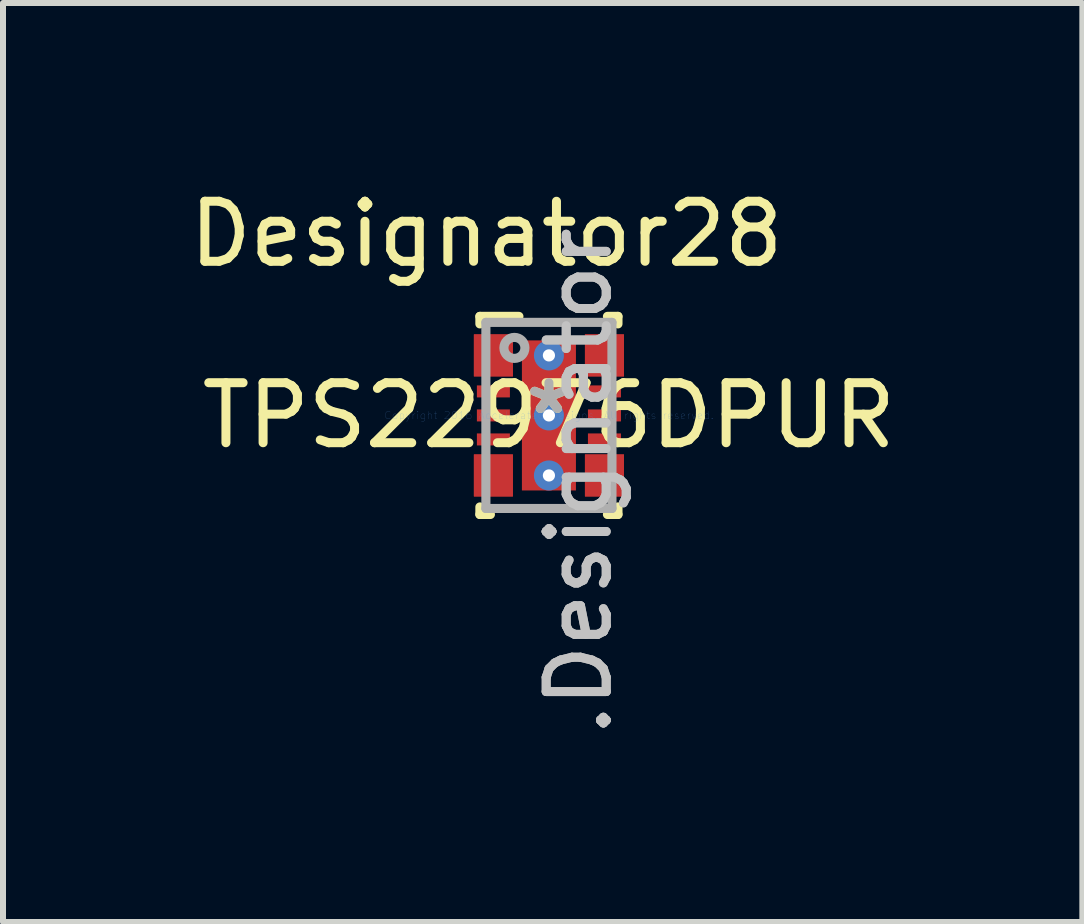
<source format=kicad_pcb>
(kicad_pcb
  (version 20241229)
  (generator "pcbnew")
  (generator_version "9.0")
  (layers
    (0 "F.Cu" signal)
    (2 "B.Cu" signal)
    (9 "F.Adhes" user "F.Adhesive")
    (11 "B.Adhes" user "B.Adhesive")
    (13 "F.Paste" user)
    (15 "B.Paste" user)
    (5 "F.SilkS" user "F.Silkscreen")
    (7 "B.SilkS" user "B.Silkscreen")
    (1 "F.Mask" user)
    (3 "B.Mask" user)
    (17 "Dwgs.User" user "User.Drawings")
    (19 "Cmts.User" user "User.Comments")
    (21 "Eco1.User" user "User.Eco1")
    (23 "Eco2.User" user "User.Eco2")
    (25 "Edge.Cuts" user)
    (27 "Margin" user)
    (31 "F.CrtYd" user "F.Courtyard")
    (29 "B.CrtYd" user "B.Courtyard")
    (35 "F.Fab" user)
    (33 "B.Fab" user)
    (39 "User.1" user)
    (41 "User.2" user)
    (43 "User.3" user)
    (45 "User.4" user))
  (footprint "TPS22976DPUR"
    (layer "F.Cu")
    (at 6.095 3.871)
    (property "Reference" "TPS22976DPUR" (at 0 0 0) (layer "F.SilkS") (effects (font (size 1 1) (thickness 0.15))))
    (attr through_hole)
    (fp_line (start -1.2 -1.25) (end -1.199 -1.26) (stroke (width 0.152) (type solid)) (layer "F.Mask"))
    (fp_line (start -1.2 -1.15) (end -1.2 -1.25) (stroke (width 0.152) (type solid)) (layer "F.Mask"))
    (fp_line (start -1.2 -0.85) (end -1.199 -0.86) (stroke (width 0.152) (type solid)) (layer "F.Mask"))
    (fp_line (start -1.2 -0.75) (end -1.2 -0.85) (stroke (width 0.152) (type solid)) (layer "F.Mask"))
    (fp_line (start -1.2 0.75) (end -1.199 0.74) (stroke (width 0.152) (type solid)) (layer "F.Mask"))
    (fp_line (start -1.2 0.85) (end -1.2 0.75) (stroke (width 0.152) (type solid)) (layer "F.Mask"))
    (fp_line (start -1.2 1.15) (end -1.199 1.14) (stroke (width 0.152) (type solid)) (layer "F.Mask"))
    (fp_line (start -1.2 1.25) (end -1.2 1.15) (stroke (width 0.152) (type solid)) (layer "F.Mask"))
    (fp_line (start -1.199 -1.26) (end -1.196 -1.269) (stroke (width 0.152) (type solid)) (layer "F.Mask"))
    (fp_line (start -1.199 -1.14) (end -1.2 -1.15) (stroke (width 0.152) (type solid)) (layer "F.Mask"))
    (fp_line (start -1.199 -0.86) (end -1.196 -0.869) (stroke (width 0.152) (type solid)) (layer "F.Mask"))
    (fp_line (start -1.199 -0.74) (end -1.2 -0.75) (stroke (width 0.152) (type solid)) (layer "F.Mask"))
    (fp_line (start -1.199 0.74) (end -1.196 0.731) (stroke (width 0.152) (type solid)) (layer "F.Mask"))
    (fp_line (start -1.199 0.86) (end -1.2 0.85) (stroke (width 0.152) (type solid)) (layer "F.Mask"))
    (fp_line (start -1.199 1.14) (end -1.196 1.131) (stroke (width 0.152) (type solid)) (layer "F.Mask"))
    (fp_line (start -1.199 1.26) (end -1.2 1.25) (stroke (width 0.152) (type solid)) (layer "F.Mask"))
    (fp_line (start -1.196 -1.269) (end -1.192 -1.278) (stroke (width 0.152) (type solid)) (layer "F.Mask"))
    (fp_line (start -1.196 -1.131) (end -1.199 -1.14) (stroke (width 0.152) (type solid)) (layer "F.Mask"))
    (fp_line (start -1.196 -0.869) (end -1.192 -0.878) (stroke (width 0.152) (type solid)) (layer "F.Mask"))
    (fp_line (start -1.196 -0.731) (end -1.199 -0.74) (stroke (width 0.152) (type solid)) (layer "F.Mask"))
    (fp_line (start -1.196 0.731) (end -1.192 0.722) (stroke (width 0.152) (type solid)) (layer "F.Mask"))
    (fp_line (start -1.196 0.869) (end -1.199 0.86) (stroke (width 0.152) (type solid)) (layer "F.Mask"))
    (fp_line (start -1.196 1.131) (end -1.192 1.122) (stroke (width 0.152) (type solid)) (layer "F.Mask"))
    (fp_line (start -1.196 1.269) (end -1.199 1.26) (stroke (width 0.152) (type solid)) (layer "F.Mask"))
    (fp_line (start -1.192 -1.278) (end -1.185 -1.285) (stroke (width 0.152) (type solid)) (layer "F.Mask"))
    (fp_line (start -1.192 -1.122) (end -1.196 -1.131) (stroke (width 0.152) (type solid)) (layer "F.Mask"))
    (fp_line (start -1.192 -0.878) (end -1.185 -0.885) (stroke (width 0.152) (type solid)) (layer "F.Mask"))
    (fp_line (start -1.192 -0.722) (end -1.196 -0.731) (stroke (width 0.152) (type solid)) (layer "F.Mask"))
    (fp_line (start -1.192 0.722) (end -1.185 0.715) (stroke (width 0.152) (type solid)) (layer "F.Mask"))
    (fp_line (start -1.192 0.878) (end -1.196 0.869) (stroke (width 0.152) (type solid)) (layer "F.Mask"))
    (fp_line (start -1.192 1.122) (end -1.185 1.115) (stroke (width 0.152) (type solid)) (layer "F.Mask"))
    (fp_line (start -1.192 1.278) (end -1.196 1.269) (stroke (width 0.152) (type solid)) (layer "F.Mask"))
    (fp_line (start -1.185 -1.285) (end -1.178 -1.292) (stroke (width 0.152) (type solid)) (layer "F.Mask"))
    (fp_line (start -1.185 -1.115) (end -1.192 -1.122) (stroke (width 0.152) (type solid)) (layer "F.Mask"))
    (fp_line (start -1.185 -0.885) (end -1.178 -0.892) (stroke (width 0.152) (type solid)) (layer "F.Mask"))
    (fp_line (start -1.185 -0.715) (end -1.192 -0.722) (stroke (width 0.152) (type solid)) (layer "F.Mask"))
    (fp_line (start -1.185 0.715) (end -1.178 0.708) (stroke (width 0.152) (type solid)) (layer "F.Mask"))
    (fp_line (start -1.185 0.885) (end -1.192 0.878) (stroke (width 0.152) (type solid)) (layer "F.Mask"))
    (fp_line (start -1.185 1.115) (end -1.178 1.108) (stroke (width 0.152) (type solid)) (layer "F.Mask"))
    (fp_line (start -1.185 1.285) (end -1.192 1.278) (stroke (width 0.152) (type solid)) (layer "F.Mask"))
    (fp_line (start -1.178 -1.292) (end -1.169 -1.296) (stroke (width 0.152) (type solid)) (layer "F.Mask"))
    (fp_line (start -1.178 -1.108) (end -1.185 -1.115) (stroke (width 0.152) (type solid)) (layer "F.Mask"))
    (fp_line (start -1.178 -0.892) (end -1.169 -0.896) (stroke (width 0.152) (type solid)) (layer "F.Mask"))
    (fp_line (start -1.178 -0.708) (end -1.185 -0.715) (stroke (width 0.152) (type solid)) (layer "F.Mask"))
    (fp_line (start -1.178 0.708) (end -1.169 0.704) (stroke (width 0.152) (type solid)) (layer "F.Mask"))
    (fp_line (start -1.178 0.892) (end -1.185 0.885) (stroke (width 0.152) (type solid)) (layer "F.Mask"))
    (fp_line (start -1.178 1.108) (end -1.169 1.104) (stroke (width 0.152) (type solid)) (layer "F.Mask"))
    (fp_line (start -1.178 1.292) (end -1.185 1.285) (stroke (width 0.152) (type solid)) (layer "F.Mask"))
    (fp_line (start -1.169 -1.296) (end -1.16 -1.299) (stroke (width 0.152) (type solid)) (layer "F.Mask"))
    (fp_line (start -1.169 -1.104) (end -1.178 -1.108) (stroke (width 0.152) (type solid)) (layer "F.Mask"))
    (fp_line (start -1.169 -0.896) (end -1.16 -0.899) (stroke (width 0.152) (type solid)) (layer "F.Mask"))
    (fp_line (start -1.169 -0.704) (end -1.178 -0.708) (stroke (width 0.152) (type solid)) (layer "F.Mask"))
    (fp_line (start -1.169 0.704) (end -1.16 0.701) (stroke (width 0.152) (type solid)) (layer "F.Mask"))
    (fp_line (start -1.169 0.896) (end -1.178 0.892) (stroke (width 0.152) (type solid)) (layer "F.Mask"))
    (fp_line (start -1.169 1.104) (end -1.16 1.101) (stroke (width 0.152) (type solid)) (layer "F.Mask"))
    (fp_line (start -1.169 1.296) (end -1.178 1.292) (stroke (width 0.152) (type solid)) (layer "F.Mask"))
    (fp_line (start -1.16 -1.299) (end -1.15 -1.3) (stroke (width 0.152) (type solid)) (layer "F.Mask"))
    (fp_line (start -1.16 -1.101) (end -1.169 -1.104) (stroke (width 0.152) (type solid)) (layer "F.Mask"))
    (fp_line (start -1.16 -0.899) (end -1.15 -0.9) (stroke (width 0.152) (type solid)) (layer "F.Mask"))
    (fp_line (start -1.16 -0.701) (end -1.169 -0.704) (stroke (width 0.152) (type solid)) (layer "F.Mask"))
    (fp_line (start -1.16 0.701) (end -1.15 0.7) (stroke (width 0.152) (type solid)) (layer "F.Mask"))
    (fp_line (start -1.16 0.899) (end -1.169 0.896) (stroke (width 0.152) (type solid)) (layer "F.Mask"))
    (fp_line (start -1.16 1.101) (end -1.15 1.1) (stroke (width 0.152) (type solid)) (layer "F.Mask"))
    (fp_line (start -1.16 1.299) (end -1.169 1.296) (stroke (width 0.152) (type solid)) (layer "F.Mask"))
    (fp_line (start -1.15 -1.3) (end -0.7 -1.3) (stroke (width 0.152) (type solid)) (layer "F.Mask"))
    (fp_line (start -1.15 -1.1) (end -1.16 -1.101) (stroke (width 0.152) (type solid)) (layer "F.Mask"))
    (fp_line (start -1.15 -0.9) (end -0.7 -0.9) (stroke (width 0.152) (type solid)) (layer "F.Mask"))
    (fp_line (start -1.15 -0.7) (end -1.16 -0.701) (stroke (width 0.152) (type solid)) (layer "F.Mask"))
    (fp_line (start -1.15 0.7) (end -0.7 0.7) (stroke (width 0.152) (type solid)) (layer "F.Mask"))
    (fp_line (start -1.15 0.9) (end -1.16 0.899) (stroke (width 0.152) (type solid)) (layer "F.Mask"))
    (fp_line (start -1.15 1.1) (end -0.7 1.1) (stroke (width 0.152) (type solid)) (layer "F.Mask"))
    (fp_line (start -1.15 1.3) (end -1.16 1.299) (stroke (width 0.152) (type solid)) (layer "F.Mask"))
    (fp_line (start -0.85 -1.25) (end -0.849 -1.26) (stroke (width 0.152) (type solid)) (layer "F.Mask"))
    (fp_line (start -0.85 -0.75) (end -0.85 -1.25) (stroke (width 0.152) (type solid)) (layer "F.Mask"))
    (fp_line (start -0.85 0.75) (end -0.849 0.74) (stroke (width 0.152) (type solid)) (layer "F.Mask"))
    (fp_line (start -0.85 1.25) (end -0.85 0.75) (stroke (width 0.152) (type solid)) (layer "F.Mask"))
    (fp_line (start -0.849 -1.26) (end -0.846 -1.269) (stroke (width 0.152) (type solid)) (layer "F.Mask"))
    (fp_line (start -0.849 -0.74) (end -0.85 -0.75) (stroke (width 0.152) (type solid)) (layer "F.Mask"))
    (fp_line (start -0.849 0.74) (end -0.846 0.731) (stroke (width 0.152) (type solid)) (layer "F.Mask"))
    (fp_line (start -0.849 1.26) (end -0.85 1.25) (stroke (width 0.152) (type solid)) (layer "F.Mask"))
    (fp_line (start -0.846 -1.269) (end -0.842 -1.278) (stroke (width 0.152) (type solid)) (layer "F.Mask"))
    (fp_line (start -0.846 -0.731) (end -0.849 -0.74) (stroke (width 0.152) (type solid)) (layer "F.Mask"))
    (fp_line (start -0.846 0.731) (end -0.842 0.722) (stroke (width 0.152) (type solid)) (layer "F.Mask"))
    (fp_line (start -0.846 1.269) (end -0.849 1.26) (stroke (width 0.152) (type solid)) (layer "F.Mask"))
    (fp_line (start -0.842 -1.278) (end -0.835 -1.285) (stroke (width 0.152) (type solid)) (layer "F.Mask"))
    (fp_line (start -0.842 -0.722) (end -0.846 -0.731) (stroke (width 0.152) (type solid)) (layer "F.Mask"))
    (fp_line (start -0.842 0.722) (end -0.835 0.715) (stroke (width 0.152) (type solid)) (layer "F.Mask"))
    (fp_line (start -0.842 1.278) (end -0.846 1.269) (stroke (width 0.152) (type solid)) (layer "F.Mask"))
    (fp_line (start -0.835 -1.285) (end -0.828 -1.292) (stroke (width 0.152) (type solid)) (layer "F.Mask"))
    (fp_line (start -0.835 -0.715) (end -0.842 -0.722) (stroke (width 0.152) (type solid)) (layer "F.Mask"))
    (fp_line (start -0.835 0.715) (end -0.828 0.708) (stroke (width 0.152) (type solid)) (layer "F.Mask"))
    (fp_line (start -0.835 1.285) (end -0.842 1.278) (stroke (width 0.152) (type solid)) (layer "F.Mask"))
    (fp_line (start -0.828 -1.292) (end -0.819 -1.296) (stroke (width 0.152) (type solid)) (layer "F.Mask"))
    (fp_line (start -0.828 -0.708) (end -0.835 -0.715) (stroke (width 0.152) (type solid)) (layer "F.Mask"))
    (fp_line (start -0.828 0.708) (end -0.819 0.704) (stroke (width 0.152) (type solid)) (layer "F.Mask"))
    (fp_line (start -0.828 1.292) (end -0.835 1.285) (stroke (width 0.152) (type solid)) (layer "F.Mask"))
    (fp_line (start -0.819 -1.296) (end -0.81 -1.299) (stroke (width 0.152) (type solid)) (layer "F.Mask"))
    (fp_line (start -0.819 -0.704) (end -0.828 -0.708) (stroke (width 0.152) (type solid)) (layer "F.Mask"))
    (fp_line (start -0.819 0.704) (end -0.81 0.701) (stroke (width 0.152) (type solid)) (layer "F.Mask"))
    (fp_line (start -0.819 1.296) (end -0.828 1.292) (stroke (width 0.152) (type solid)) (layer "F.Mask"))
    (fp_line (start -0.81 -1.299) (end -0.8 -1.3) (stroke (width 0.152) (type solid)) (layer "F.Mask"))
    (fp_line (start -0.81 -0.701) (end -0.819 -0.704) (stroke (width 0.152) (type solid)) (layer "F.Mask"))
    (fp_line (start -0.81 0.701) (end -0.8 0.7) (stroke (width 0.152) (type solid)) (layer "F.Mask"))
    (fp_line (start -0.81 1.299) (end -0.819 1.296) (stroke (width 0.152) (type solid)) (layer "F.Mask"))
    (fp_line (start -0.8 -1.3) (end -0.7 -1.3) (stroke (width 0.152) (type solid)) (layer "F.Mask"))
    (fp_line (start -0.8 -0.7) (end -0.81 -0.701) (stroke (width 0.152) (type solid)) (layer "F.Mask"))
    (fp_line (start -0.8 0.7) (end -0.7 0.7) (stroke (width 0.152) (type solid)) (layer "F.Mask"))
    (fp_line (start -0.8 1.3) (end -0.81 1.299) (stroke (width 0.152) (type solid)) (layer "F.Mask"))
    (fp_line (start -0.7 -1.3) (end -0.69 -1.299) (stroke (width 0.152) (type solid)) (layer "F.Mask"))
    (fp_line (start -0.7 -1.3) (end -0.69 -1.299) (stroke (width 0.152) (type solid)) (layer "F.Mask"))
    (fp_line (start -0.7 -1.1) (end -1.15 -1.1) (stroke (width 0.152) (type solid)) (layer "F.Mask"))
    (fp_line (start -0.7 -0.9) (end -0.69 -0.899) (stroke (width 0.152) (type solid)) (layer "F.Mask"))
    (fp_line (start -0.7 -0.7) (end -1.15 -0.7) (stroke (width 0.152) (type solid)) (layer "F.Mask"))
    (fp_line (start -0.7 -0.7) (end -0.8 -0.7) (stroke (width 0.152) (type solid)) (layer "F.Mask"))
    (fp_line (start -0.7 0.7) (end -0.69 0.701) (stroke (width 0.152) (type solid)) (layer "F.Mask"))
    (fp_line (start -0.7 0.7) (end -0.69 0.701) (stroke (width 0.152) (type solid)) (layer "F.Mask"))
    (fp_line (start -0.7 0.9) (end -1.15 0.9) (stroke (width 0.152) (type solid)) (layer "F.Mask"))
    (fp_line (start -0.7 1.1) (end -0.69 1.101) (stroke (width 0.152) (type solid)) (layer "F.Mask"))
    (fp_line (start -0.7 1.3) (end -1.15 1.3) (stroke (width 0.152) (type solid)) (layer "F.Mask"))
    (fp_line (start -0.7 1.3) (end -0.8 1.3) (stroke (width 0.152) (type solid)) (layer "F.Mask"))
    (fp_line (start -0.69 -1.299) (end -0.681 -1.296) (stroke (width 0.152) (type solid)) (layer "F.Mask"))
    (fp_line (start -0.69 -0.701) (end -0.7 -0.7) (stroke (width 0.152) (type solid)) (layer "F.Mask"))
    (fp_line (start -0.69 0.701) (end -0.681 0.704) (stroke (width 0.152) (type solid)) (layer "F.Mask"))
    (fp_line (start -0.69 1.299) (end -0.7 1.3) (stroke (width 0.152) (type solid)) (layer "F.Mask"))
    (fp_line (start -0.69 -1.299) (end -0.681 -1.296) (stroke (width 0.152) (type solid)) (layer "F.Mask"))
    (fp_line (start -0.69 -1.101) (end -0.7 -1.1) (stroke (width 0.152) (type solid)) (layer "F.Mask"))
    (fp_line (start -0.69 -0.899) (end -0.681 -0.896) (stroke (width 0.152) (type solid)) (layer "F.Mask"))
    (fp_line (start -0.69 -0.701) (end -0.7 -0.7) (stroke (width 0.152) (type solid)) (layer "F.Mask"))
    (fp_line (start -0.69 0.701) (end -0.681 0.704) (stroke (width 0.152) (type solid)) (layer "F.Mask"))
    (fp_line (start -0.69 0.899) (end -0.7 0.9) (stroke (width 0.152) (type solid)) (layer "F.Mask"))
    (fp_line (start -0.69 1.101) (end -0.681 1.104) (stroke (width 0.152) (type solid)) (layer "F.Mask"))
    (fp_line (start -0.69 1.299) (end -0.7 1.3) (stroke (width 0.152) (type solid)) (layer "F.Mask"))
    (fp_line (start -0.681 -1.296) (end -0.672 -1.292) (stroke (width 0.152) (type solid)) (layer "F.Mask"))
    (fp_line (start -0.681 -0.704) (end -0.69 -0.701) (stroke (width 0.152) (type solid)) (layer "F.Mask"))
    (fp_line (start -0.681 0.704) (end -0.672 0.708) (stroke (width 0.152) (type solid)) (layer "F.Mask"))
    (fp_line (start -0.681 1.296) (end -0.69 1.299) (stroke (width 0.152) (type solid)) (layer "F.Mask"))
    (fp_line (start -0.681 -1.296) (end -0.672 -1.292) (stroke (width 0.152) (type solid)) (layer "F.Mask"))
    (fp_line (start -0.681 -1.104) (end -0.69 -1.101) (stroke (width 0.152) (type solid)) (layer "F.Mask"))
    (fp_line (start -0.681 -0.896) (end -0.672 -0.892) (stroke (width 0.152) (type solid)) (layer "F.Mask"))
    (fp_line (start -0.681 -0.704) (end -0.69 -0.701) (stroke (width 0.152) (type solid)) (layer "F.Mask"))
    (fp_line (start -0.681 0.704) (end -0.672 0.708) (stroke (width 0.152) (type solid)) (layer "F.Mask"))
    (fp_line (start -0.681 0.896) (end -0.69 0.899) (stroke (width 0.152) (type solid)) (layer "F.Mask"))
    (fp_line (start -0.681 1.104) (end -0.672 1.108) (stroke (width 0.152) (type solid)) (layer "F.Mask"))
    (fp_line (start -0.681 1.296) (end -0.69 1.299) (stroke (width 0.152) (type solid)) (layer "F.Mask"))
    (fp_line (start -0.672 -1.292) (end -0.665 -1.285) (stroke (width 0.152) (type solid)) (layer "F.Mask"))
    (fp_line (start -0.672 -0.708) (end -0.681 -0.704) (stroke (width 0.152) (type solid)) (layer "F.Mask"))
    (fp_line (start -0.672 0.708) (end -0.665 0.715) (stroke (width 0.152) (type solid)) (layer "F.Mask"))
    (fp_line (start -0.672 1.292) (end -0.681 1.296) (stroke (width 0.152) (type solid)) (layer "F.Mask"))
    (fp_line (start -0.672 -1.292) (end -0.665 -1.285) (stroke (width 0.152) (type solid)) (layer "F.Mask"))
    (fp_line (start -0.672 -1.108) (end -0.681 -1.104) (stroke (width 0.152) (type solid)) (layer "F.Mask"))
    (fp_line (start -0.672 -0.892) (end -0.665 -0.885) (stroke (width 0.152) (type solid)) (layer "F.Mask"))
    (fp_line (start -0.672 -0.708) (end -0.681 -0.704) (stroke (width 0.152) (type solid)) (layer "F.Mask"))
    (fp_line (start -0.672 0.708) (end -0.665 0.715) (stroke (width 0.152) (type solid)) (layer "F.Mask"))
    (fp_line (start -0.672 0.892) (end -0.681 0.896) (stroke (width 0.152) (type solid)) (layer "F.Mask"))
    (fp_line (start -0.672 1.108) (end -0.665 1.115) (stroke (width 0.152) (type solid)) (layer "F.Mask"))
    (fp_line (start -0.672 1.292) (end -0.681 1.296) (stroke (width 0.152) (type solid)) (layer "F.Mask"))
    (fp_line (start -0.665 -1.285) (end -0.658 -1.278) (stroke (width 0.152) (type solid)) (layer "F.Mask"))
    (fp_line (start -0.665 -0.715) (end -0.672 -0.708) (stroke (width 0.152) (type solid)) (layer "F.Mask"))
    (fp_line (start -0.665 0.715) (end -0.658 0.722) (stroke (width 0.152) (type solid)) (layer "F.Mask"))
    (fp_line (start -0.665 1.285) (end -0.672 1.292) (stroke (width 0.152) (type solid)) (layer "F.Mask"))
    (fp_line (start -0.665 -1.285) (end -0.658 -1.278) (stroke (width 0.152) (type solid)) (layer "F.Mask"))
    (fp_line (start -0.665 -1.115) (end -0.672 -1.108) (stroke (width 0.152) (type solid)) (layer "F.Mask"))
    (fp_line (start -0.665 -0.885) (end -0.658 -0.878) (stroke (width 0.152) (type solid)) (layer "F.Mask"))
    (fp_line (start -0.665 -0.715) (end -0.672 -0.708) (stroke (width 0.152) (type solid)) (layer "F.Mask"))
    (fp_line (start -0.665 0.715) (end -0.658 0.722) (stroke (width 0.152) (type solid)) (layer "F.Mask"))
    (fp_line (start -0.665 0.885) (end -0.672 0.892) (stroke (width 0.152) (type solid)) (layer "F.Mask"))
    (fp_line (start -0.665 1.115) (end -0.658 1.122) (stroke (width 0.152) (type solid)) (layer "F.Mask"))
    (fp_line (start -0.665 1.285) (end -0.672 1.292) (stroke (width 0.152) (type solid)) (layer "F.Mask"))
    (fp_line (start -0.658 -1.278) (end -0.654 -1.269) (stroke (width 0.152) (type solid)) (layer "F.Mask"))
    (fp_line (start -0.658 -0.722) (end -0.665 -0.715) (stroke (width 0.152) (type solid)) (layer "F.Mask"))
    (fp_line (start -0.658 0.722) (end -0.654 0.731) (stroke (width 0.152) (type solid)) (layer "F.Mask"))
    (fp_line (start -0.658 1.278) (end -0.665 1.285) (stroke (width 0.152) (type solid)) (layer "F.Mask"))
    (fp_line (start -0.658 -1.278) (end -0.654 -1.269) (stroke (width 0.152) (type solid)) (layer "F.Mask"))
    (fp_line (start -0.658 -1.122) (end -0.665 -1.115) (stroke (width 0.152) (type solid)) (layer "F.Mask"))
    (fp_line (start -0.658 -0.878) (end -0.654 -0.869) (stroke (width 0.152) (type solid)) (layer "F.Mask"))
    (fp_line (start -0.658 -0.722) (end -0.665 -0.715) (stroke (width 0.152) (type solid)) (layer "F.Mask"))
    (fp_line (start -0.658 0.722) (end -0.654 0.731) (stroke (width 0.152) (type solid)) (layer "F.Mask"))
    (fp_line (start -0.658 0.878) (end -0.665 0.885) (stroke (width 0.152) (type solid)) (layer "F.Mask"))
    (fp_line (start -0.658 1.122) (end -0.654 1.131) (stroke (width 0.152) (type solid)) (layer "F.Mask"))
    (fp_line (start -0.658 1.278) (end -0.665 1.285) (stroke (width 0.152) (type solid)) (layer "F.Mask"))
    (fp_line (start -0.654 -1.269) (end -0.651 -1.26) (stroke (width 0.152) (type solid)) (layer "F.Mask"))
    (fp_line (start -0.654 -1.269) (end -0.651 -1.26) (stroke (width 0.152) (type solid)) (layer "F.Mask"))
    (fp_line (start -0.654 -1.131) (end -0.658 -1.122) (stroke (width 0.152) (type solid)) (layer "F.Mask"))
    (fp_line (start -0.654 -0.869) (end -0.651 -0.86) (stroke (width 0.152) (type solid)) (layer "F.Mask"))
    (fp_line (start -0.654 -0.731) (end -0.658 -0.722) (stroke (width 0.152) (type solid)) (layer "F.Mask"))
    (fp_line (start -0.654 -0.731) (end -0.658 -0.722) (stroke (width 0.152) (type solid)) (layer "F.Mask"))
    (fp_line (start -0.654 0.731) (end -0.651 0.74) (stroke (width 0.152) (type solid)) (layer "F.Mask"))
    (fp_line (start -0.654 0.731) (end -0.651 0.74) (stroke (width 0.152) (type solid)) (layer "F.Mask"))
    (fp_line (start -0.654 0.869) (end -0.658 0.878) (stroke (width 0.152) (type solid)) (layer "F.Mask"))
    (fp_line (start -0.654 1.131) (end -0.651 1.14) (stroke (width 0.152) (type solid)) (layer "F.Mask"))
    (fp_line (start -0.654 1.269) (end -0.658 1.278) (stroke (width 0.152) (type solid)) (layer "F.Mask"))
    (fp_line (start -0.654 1.269) (end -0.658 1.278) (stroke (width 0.152) (type solid)) (layer "F.Mask"))
    (fp_line (start -0.651 -1.26) (end -0.65 -1.25) (stroke (width 0.152) (type solid)) (layer "F.Mask"))
    (fp_line (start -0.651 -1.26) (end -0.65 -1.25) (stroke (width 0.152) (type solid)) (layer "F.Mask"))
    (fp_line (start -0.651 -1.14) (end -0.654 -1.131) (stroke (width 0.152) (type solid)) (layer "F.Mask"))
    (fp_line (start -0.651 -0.86) (end -0.65 -0.85) (stroke (width 0.152) (type solid)) (layer "F.Mask"))
    (fp_line (start -0.651 -0.74) (end -0.654 -0.731) (stroke (width 0.152) (type solid)) (layer "F.Mask"))
    (fp_line (start -0.651 -0.74) (end -0.654 -0.731) (stroke (width 0.152) (type solid)) (layer "F.Mask"))
    (fp_line (start -0.651 0.74) (end -0.65 0.75) (stroke (width 0.152) (type solid)) (layer "F.Mask"))
    (fp_line (start -0.651 0.74) (end -0.65 0.75) (stroke (width 0.152) (type solid)) (layer "F.Mask"))
    (fp_line (start -0.651 0.86) (end -0.654 0.869) (stroke (width 0.152) (type solid)) (layer "F.Mask"))
    (fp_line (start -0.651 1.14) (end -0.65 1.15) (stroke (width 0.152) (type solid)) (layer "F.Mask"))
    (fp_line (start -0.651 1.26) (end -0.654 1.269) (stroke (width 0.152) (type solid)) (layer "F.Mask"))
    (fp_line (start -0.651 1.26) (end -0.654 1.269) (stroke (width 0.152) (type solid)) (layer "F.Mask"))
    (fp_line (start -0.65 -1.25) (end -0.65 -1.15) (stroke (width 0.152) (type solid)) (layer "F.Mask"))
    (fp_line (start -0.65 -1.25) (end -0.65 -0.75) (stroke (width 0.152) (type solid)) (layer "F.Mask"))
    (fp_line (start -0.65 -1.15) (end -0.651 -1.14) (stroke (width 0.152) (type solid)) (layer "F.Mask"))
    (fp_line (start -0.65 -0.85) (end -0.65 -0.75) (stroke (width 0.152) (type solid)) (layer "F.Mask"))
    (fp_line (start -0.65 -0.75) (end -0.651 -0.74) (stroke (width 0.152) (type solid)) (layer "F.Mask"))
    (fp_line (start -0.65 -0.75) (end -0.651 -0.74) (stroke (width 0.152) (type solid)) (layer "F.Mask"))
    (fp_line (start -0.65 0.75) (end -0.65 0.85) (stroke (width 0.152) (type solid)) (layer "F.Mask"))
    (fp_line (start -0.65 0.75) (end -0.65 1.25) (stroke (width 0.152) (type solid)) (layer "F.Mask"))
    (fp_line (start -0.65 0.85) (end -0.651 0.86) (stroke (width 0.152) (type solid)) (layer "F.Mask"))
    (fp_line (start -0.65 1.15) (end -0.65 1.25) (stroke (width 0.152) (type solid)) (layer "F.Mask"))
    (fp_line (start -0.65 1.25) (end -0.651 1.26) (stroke (width 0.152) (type solid)) (layer "F.Mask"))
    (fp_line (start -0.65 1.25) (end -0.651 1.26) (stroke (width 0.152) (type solid)) (layer "F.Mask"))
    (fp_line (start 0.65 -1.25) (end 0.651 -1.26) (stroke (width 0.152) (type solid)) (layer "F.Mask"))
    (fp_line (start 0.65 -1.25) (end 0.651 -1.26) (stroke (width 0.152) (type solid)) (layer "F.Mask"))
    (fp_line (start 0.65 -1.15) (end 0.65 -1.25) (stroke (width 0.152) (type solid)) (layer "F.Mask"))
    (fp_line (start 0.65 -0.85) (end 0.651 -0.86) (stroke (width 0.152) (type solid)) (layer "F.Mask"))
    (fp_line (start 0.65 -0.75) (end 0.65 -1.25) (stroke (width 0.152) (type solid)) (layer "F.Mask"))
    (fp_line (start 0.65 -0.75) (end 0.65 -0.85) (stroke (width 0.152) (type solid)) (layer "F.Mask"))
    (fp_line (start 0.65 0.75) (end 0.651 0.74) (stroke (width 0.152) (type solid)) (layer "F.Mask"))
    (fp_line (start 0.65 0.75) (end 0.651 0.74) (stroke (width 0.152) (type solid)) (layer "F.Mask"))
    (fp_line (start 0.65 0.85) (end 0.65 0.75) (stroke (width 0.152) (type solid)) (layer "F.Mask"))
    (fp_line (start 0.65 1.15) (end 0.651 1.14) (stroke (width 0.152) (type solid)) (layer "F.Mask"))
    (fp_line (start 0.65 1.25) (end 0.65 0.75) (stroke (width 0.152) (type solid)) (layer "F.Mask"))
    (fp_line (start 0.65 1.25) (end 0.65 1.15) (stroke (width 0.152) (type solid)) (layer "F.Mask"))
    (fp_line (start 0.651 -1.26) (end 0.654 -1.269) (stroke (width 0.152) (type solid)) (layer "F.Mask"))
    (fp_line (start 0.651 -1.26) (end 0.654 -1.269) (stroke (width 0.152) (type solid)) (layer "F.Mask"))
    (fp_line (start 0.651 -1.14) (end 0.65 -1.15) (stroke (width 0.152) (type solid)) (layer "F.Mask"))
    (fp_line (start 0.651 -0.86) (end 0.654 -0.869) (stroke (width 0.152) (type solid)) (layer "F.Mask"))
    (fp_line (start 0.651 -0.74) (end 0.65 -0.75) (stroke (width 0.152) (type solid)) (layer "F.Mask"))
    (fp_line (start 0.651 -0.74) (end 0.65 -0.75) (stroke (width 0.152) (type solid)) (layer "F.Mask"))
    (fp_line (start 0.651 0.74) (end 0.654 0.731) (stroke (width 0.152) (type solid)) (layer "F.Mask"))
    (fp_line (start 0.651 0.74) (end 0.654 0.731) (stroke (width 0.152) (type solid)) (layer "F.Mask"))
    (fp_line (start 0.651 0.86) (end 0.65 0.85) (stroke (width 0.152) (type solid)) (layer "F.Mask"))
    (fp_line (start 0.651 1.14) (end 0.654 1.131) (stroke (width 0.152) (type solid)) (layer "F.Mask"))
    (fp_line (start 0.651 1.26) (end 0.65 1.25) (stroke (width 0.152) (type solid)) (layer "F.Mask"))
    (fp_line (start 0.651 1.26) (end 0.65 1.25) (stroke (width 0.152) (type solid)) (layer "F.Mask"))
    (fp_line (start 0.654 -1.269) (end 0.658 -1.278) (stroke (width 0.152) (type solid)) (layer "F.Mask"))
    (fp_line (start 0.654 -1.269) (end 0.658 -1.278) (stroke (width 0.152) (type solid)) (layer "F.Mask"))
    (fp_line (start 0.654 -1.131) (end 0.651 -1.14) (stroke (width 0.152) (type solid)) (layer "F.Mask"))
    (fp_line (start 0.654 -0.869) (end 0.658 -0.878) (stroke (width 0.152) (type solid)) (layer "F.Mask"))
    (fp_line (start 0.654 -0.731) (end 0.651 -0.74) (stroke (width 0.152) (type solid)) (layer "F.Mask"))
    (fp_line (start 0.654 -0.731) (end 0.651 -0.74) (stroke (width 0.152) (type solid)) (layer "F.Mask"))
    (fp_line (start 0.654 0.731) (end 0.658 0.722) (stroke (width 0.152) (type solid)) (layer "F.Mask"))
    (fp_line (start 0.654 0.731) (end 0.658 0.722) (stroke (width 0.152) (type solid)) (layer "F.Mask"))
    (fp_line (start 0.654 0.869) (end 0.651 0.86) (stroke (width 0.152) (type solid)) (layer "F.Mask"))
    (fp_line (start 0.654 1.131) (end 0.658 1.122) (stroke (width 0.152) (type solid)) (layer "F.Mask"))
    (fp_line (start 0.654 1.269) (end 0.651 1.26) (stroke (width 0.152) (type solid)) (layer "F.Mask"))
    (fp_line (start 0.654 1.269) (end 0.651 1.26) (stroke (width 0.152) (type solid)) (layer "F.Mask"))
    (fp_line (start 0.658 -1.278) (end 0.665 -1.285) (stroke (width 0.152) (type solid)) (layer "F.Mask"))
    (fp_line (start 0.658 -1.122) (end 0.654 -1.131) (stroke (width 0.152) (type solid)) (layer "F.Mask"))
    (fp_line (start 0.658 -0.878) (end 0.665 -0.885) (stroke (width 0.152) (type solid)) (layer "F.Mask"))
    (fp_line (start 0.658 -0.722) (end 0.654 -0.731) (stroke (width 0.152) (type solid)) (layer "F.Mask"))
    (fp_line (start 0.658 0.722) (end 0.665 0.715) (stroke (width 0.152) (type solid)) (layer "F.Mask"))
    (fp_line (start 0.658 0.878) (end 0.654 0.869) (stroke (width 0.152) (type solid)) (layer "F.Mask"))
    (fp_line (start 0.658 1.122) (end 0.665 1.115) (stroke (width 0.152) (type solid)) (layer "F.Mask"))
    (fp_line (start 0.658 1.278) (end 0.654 1.269) (stroke (width 0.152) (type solid)) (layer "F.Mask"))
    (fp_line (start 0.658 -1.278) (end 0.665 -1.285) (stroke (width 0.152) (type solid)) (layer "F.Mask"))
    (fp_line (start 0.658 -0.722) (end 0.654 -0.731) (stroke (width 0.152) (type solid)) (layer "F.Mask"))
    (fp_line (start 0.658 0.722) (end 0.665 0.715) (stroke (width 0.152) (type solid)) (layer "F.Mask"))
    (fp_line (start 0.658 1.278) (end 0.654 1.269) (stroke (width 0.152) (type solid)) (layer "F.Mask"))
    (fp_line (start 0.665 -1.285) (end 0.672 -1.292) (stroke (width 0.152) (type solid)) (layer "F.Mask"))
    (fp_line (start 0.665 -1.115) (end 0.658 -1.122) (stroke (width 0.152) (type solid)) (layer "F.Mask"))
    (fp_line (start 0.665 -0.885) (end 0.672 -0.892) (stroke (width 0.152) (type solid)) (layer "F.Mask"))
    (fp_line (start 0.665 -0.715) (end 0.658 -0.722) (stroke (width 0.152) (type solid)) (layer "F.Mask"))
    (fp_line (start 0.665 0.715) (end 0.672 0.708) (stroke (width 0.152) (type solid)) (layer "F.Mask"))
    (fp_line (start 0.665 0.885) (end 0.658 0.878) (stroke (width 0.152) (type solid)) (layer "F.Mask"))
    (fp_line (start 0.665 1.115) (end 0.672 1.108) (stroke (width 0.152) (type solid)) (layer "F.Mask"))
    (fp_line (start 0.665 1.285) (end 0.658 1.278) (stroke (width 0.152) (type solid)) (layer "F.Mask"))
    (fp_line (start 0.665 -1.285) (end 0.672 -1.292) (stroke (width 0.152) (type solid)) (layer "F.Mask"))
    (fp_line (start 0.665 -0.715) (end 0.658 -0.722) (stroke (width 0.152) (type solid)) (layer "F.Mask"))
    (fp_line (start 0.665 0.715) (end 0.672 0.708) (stroke (width 0.152) (type solid)) (layer "F.Mask"))
    (fp_line (start 0.665 1.285) (end 0.658 1.278) (stroke (width 0.152) (type solid)) (layer "F.Mask"))
    (fp_line (start 0.672 -1.292) (end 0.681 -1.296) (stroke (width 0.152) (type solid)) (layer "F.Mask"))
    (fp_line (start 0.672 -1.108) (end 0.665 -1.115) (stroke (width 0.152) (type solid)) (layer "F.Mask"))
    (fp_line (start 0.672 -0.892) (end 0.681 -0.896) (stroke (width 0.152) (type solid)) (layer "F.Mask"))
    (fp_line (start 0.672 -0.708) (end 0.665 -0.715) (stroke (width 0.152) (type solid)) (layer "F.Mask"))
    (fp_line (start 0.672 0.708) (end 0.681 0.704) (stroke (width 0.152) (type solid)) (layer "F.Mask"))
    (fp_line (start 0.672 0.892) (end 0.665 0.885) (stroke (width 0.152) (type solid)) (layer "F.Mask"))
    (fp_line (start 0.672 1.108) (end 0.681 1.104) (stroke (width 0.152) (type solid)) (layer "F.Mask"))
    (fp_line (start 0.672 1.292) (end 0.665 1.285) (stroke (width 0.152) (type solid)) (layer "F.Mask"))
    (fp_line (start 0.672 -1.292) (end 0.681 -1.296) (stroke (width 0.152) (type solid)) (layer "F.Mask"))
    (fp_line (start 0.672 -0.708) (end 0.665 -0.715) (stroke (width 0.152) (type solid)) (layer "F.Mask"))
    (fp_line (start 0.672 0.708) (end 0.681 0.704) (stroke (width 0.152) (type solid)) (layer "F.Mask"))
    (fp_line (start 0.672 1.292) (end 0.665 1.285) (stroke (width 0.152) (type solid)) (layer "F.Mask"))
    (fp_line (start 0.681 -1.296) (end 0.69 -1.299) (stroke (width 0.152) (type solid)) (layer "F.Mask"))
    (fp_line (start 0.681 -1.104) (end 0.672 -1.108) (stroke (width 0.152) (type solid)) (layer "F.Mask"))
    (fp_line (start 0.681 -0.896) (end 0.69 -0.899) (stroke (width 0.152) (type solid)) (layer "F.Mask"))
    (fp_line (start 0.681 -0.704) (end 0.672 -0.708) (stroke (width 0.152) (type solid)) (layer "F.Mask"))
    (fp_line (start 0.681 0.704) (end 0.69 0.701) (stroke (width 0.152) (type solid)) (layer "F.Mask"))
    (fp_line (start 0.681 0.896) (end 0.672 0.892) (stroke (width 0.152) (type solid)) (layer "F.Mask"))
    (fp_line (start 0.681 1.104) (end 0.69 1.101) (stroke (width 0.152) (type solid)) (layer "F.Mask"))
    (fp_line (start 0.681 1.296) (end 0.672 1.292) (stroke (width 0.152) (type solid)) (layer "F.Mask"))
    (fp_line (start 0.681 -1.296) (end 0.69 -1.299) (stroke (width 0.152) (type solid)) (layer "F.Mask"))
    (fp_line (start 0.681 -0.704) (end 0.672 -0.708) (stroke (width 0.152) (type solid)) (layer "F.Mask"))
    (fp_line (start 0.681 0.704) (end 0.69 0.701) (stroke (width 0.152) (type solid)) (layer "F.Mask"))
    (fp_line (start 0.681 1.296) (end 0.672 1.292) (stroke (width 0.152) (type solid)) (layer "F.Mask"))
    (fp_line (start 0.69 -1.299) (end 0.7 -1.3) (stroke (width 0.152) (type solid)) (layer "F.Mask"))
    (fp_line (start 0.69 -1.101) (end 0.681 -1.104) (stroke (width 0.152) (type solid)) (layer "F.Mask"))
    (fp_line (start 0.69 -0.899) (end 0.7 -0.9) (stroke (width 0.152) (type solid)) (layer "F.Mask"))
    (fp_line (start 0.69 -0.701) (end 0.681 -0.704) (stroke (width 0.152) (type solid)) (layer "F.Mask"))
    (fp_line (start 0.69 0.701) (end 0.7 0.7) (stroke (width 0.152) (type solid)) (layer "F.Mask"))
    (fp_line (start 0.69 0.899) (end 0.681 0.896) (stroke (width 0.152) (type solid)) (layer "F.Mask"))
    (fp_line (start 0.69 1.101) (end 0.7 1.1) (stroke (width 0.152) (type solid)) (layer "F.Mask"))
    (fp_line (start 0.69 1.299) (end 0.681 1.296) (stroke (width 0.152) (type solid)) (layer "F.Mask"))
    (fp_line (start 0.69 -1.299) (end 0.7 -1.3) (stroke (width 0.152) (type solid)) (layer "F.Mask"))
    (fp_line (start 0.69 -0.701) (end 0.681 -0.704) (stroke (width 0.152) (type solid)) (layer "F.Mask"))
    (fp_line (start 0.69 0.701) (end 0.7 0.7) (stroke (width 0.152) (type solid)) (layer "F.Mask"))
    (fp_line (start 0.69 1.299) (end 0.681 1.296) (stroke (width 0.152) (type solid)) (layer "F.Mask"))
    (fp_line (start 0.7 -1.3) (end 0.8 -1.3) (stroke (width 0.152) (type solid)) (layer "F.Mask"))
    (fp_line (start 0.7 -1.3) (end 1.15 -1.3) (stroke (width 0.152) (type solid)) (layer "F.Mask"))
    (fp_line (start 0.7 -1.1) (end 0.69 -1.101) (stroke (width 0.152) (type solid)) (layer "F.Mask"))
    (fp_line (start 0.7 -0.9) (end 1.15 -0.9) (stroke (width 0.152) (type solid)) (layer "F.Mask"))
    (fp_line (start 0.7 -0.7) (end 0.69 -0.701) (stroke (width 0.152) (type solid)) (layer "F.Mask"))
    (fp_line (start 0.7 -0.7) (end 0.69 -0.701) (stroke (width 0.152) (type solid)) (layer "F.Mask"))
    (fp_line (start 0.7 0.7) (end 0.8 0.7) (stroke (width 0.152) (type solid)) (layer "F.Mask"))
    (fp_line (start 0.7 0.7) (end 1.15 0.7) (stroke (width 0.152) (type solid)) (layer "F.Mask"))
    (fp_line (start 0.7 0.9) (end 0.69 0.899) (stroke (width 0.152) (type solid)) (layer "F.Mask"))
    (fp_line (start 0.7 1.1) (end 1.15 1.1) (stroke (width 0.152) (type solid)) (layer "F.Mask"))
    (fp_line (start 0.7 1.3) (end 0.69 1.299) (stroke (width 0.152) (type solid)) (layer "F.Mask"))
    (fp_line (start 0.7 1.3) (end 0.69 1.299) (stroke (width 0.152) (type solid)) (layer "F.Mask"))
    (fp_line (start 0.8 -1.3) (end 0.81 -1.299) (stroke (width 0.152) (type solid)) (layer "F.Mask"))
    (fp_line (start 0.8 -0.7) (end 0.7 -0.7) (stroke (width 0.152) (type solid)) (layer "F.Mask"))
    (fp_line (start 0.8 0.7) (end 0.81 0.701) (stroke (width 0.152) (type solid)) (layer "F.Mask"))
    (fp_line (start 0.8 1.3) (end 0.7 1.3) (stroke (width 0.152) (type solid)) (layer "F.Mask"))
    (fp_line (start 0.81 -1.299) (end 0.819 -1.296) (stroke (width 0.152) (type solid)) (layer "F.Mask"))
    (fp_line (start 0.81 -0.701) (end 0.8 -0.7) (stroke (width 0.152) (type solid)) (layer "F.Mask"))
    (fp_line (start 0.81 0.701) (end 0.819 0.704) (stroke (width 0.152) (type solid)) (layer "F.Mask"))
    (fp_line (start 0.81 1.299) (end 0.8 1.3) (stroke (width 0.152) (type solid)) (layer "F.Mask"))
    (fp_line (start 0.819 -1.296) (end 0.828 -1.292) (stroke (width 0.152) (type solid)) (layer "F.Mask"))
    (fp_line (start 0.819 -0.704) (end 0.81 -0.701) (stroke (width 0.152) (type solid)) (layer "F.Mask"))
    (fp_line (start 0.819 0.704) (end 0.828 0.708) (stroke (width 0.152) (type solid)) (layer "F.Mask"))
    (fp_line (start 0.819 1.296) (end 0.81 1.299) (stroke (width 0.152) (type solid)) (layer "F.Mask"))
    (fp_line (start 0.828 -1.292) (end 0.835 -1.285) (stroke (width 0.152) (type solid)) (layer "F.Mask"))
    (fp_line (start 0.828 -0.708) (end 0.819 -0.704) (stroke (width 0.152) (type solid)) (layer "F.Mask"))
    (fp_line (start 0.828 0.708) (end 0.835 0.715) (stroke (width 0.152) (type solid)) (layer "F.Mask"))
    (fp_line (start 0.828 1.292) (end 0.819 1.296) (stroke (width 0.152) (type solid)) (layer "F.Mask"))
    (fp_line (start 0.835 -1.285) (end 0.842 -1.278) (stroke (width 0.152) (type solid)) (layer "F.Mask"))
    (fp_line (start 0.835 -0.715) (end 0.828 -0.708) (stroke (width 0.152) (type solid)) (layer "F.Mask"))
    (fp_line (start 0.835 0.715) (end 0.842 0.722) (stroke (width 0.152) (type solid)) (layer "F.Mask"))
    (fp_line (start 0.835 1.285) (end 0.828 1.292) (stroke (width 0.152) (type solid)) (layer "F.Mask"))
    (fp_line (start 0.842 -1.278) (end 0.846 -1.269) (stroke (width 0.152) (type solid)) (layer "F.Mask"))
    (fp_line (start 0.842 -0.722) (end 0.835 -0.715) (stroke (width 0.152) (type solid)) (layer "F.Mask"))
    (fp_line (start 0.842 0.722) (end 0.846 0.731) (stroke (width 0.152) (type solid)) (layer "F.Mask"))
    (fp_line (start 0.842 1.278) (end 0.835 1.285) (stroke (width 0.152) (type solid)) (layer "F.Mask"))
    (fp_line (start 0.846 -1.269) (end 0.849 -1.26) (stroke (width 0.152) (type solid)) (layer "F.Mask"))
    (fp_line (start 0.846 -0.731) (end 0.842 -0.722) (stroke (width 0.152) (type solid)) (layer "F.Mask"))
    (fp_line (start 0.846 0.731) (end 0.849 0.74) (stroke (width 0.152) (type solid)) (layer "F.Mask"))
    (fp_line (start 0.846 1.269) (end 0.842 1.278) (stroke (width 0.152) (type solid)) (layer "F.Mask"))
    (fp_line (start 0.849 -1.26) (end 0.85 -1.25) (stroke (width 0.152) (type solid)) (layer "F.Mask"))
    (fp_line (start 0.849 -0.74) (end 0.846 -0.731) (stroke (width 0.152) (type solid)) (layer "F.Mask"))
    (fp_line (start 0.849 0.74) (end 0.85 0.75) (stroke (width 0.152) (type solid)) (layer "F.Mask"))
    (fp_line (start 0.849 1.26) (end 0.846 1.269) (stroke (width 0.152) (type solid)) (layer "F.Mask"))
    (fp_line (start 0.85 -1.25) (end 0.85 -0.75) (stroke (width 0.152) (type solid)) (layer "F.Mask"))
    (fp_line (start 0.85 -0.75) (end 0.849 -0.74) (stroke (width 0.152) (type solid)) (layer "F.Mask"))
    (fp_line (start 0.85 0.75) (end 0.85 1.25) (stroke (width 0.152) (type solid)) (layer "F.Mask"))
    (fp_line (start 0.85 1.25) (end 0.849 1.26) (stroke (width 0.152) (type solid)) (layer "F.Mask"))
    (fp_line (start 1.15 -1.3) (end 1.16 -1.299) (stroke (width 0.152) (type solid)) (layer "F.Mask"))
    (fp_line (start 1.15 -1.1) (end 0.7 -1.1) (stroke (width 0.152) (type solid)) (layer "F.Mask"))
    (fp_line (start 1.15 -0.9) (end 1.16 -0.899) (stroke (width 0.152) (type solid)) (layer "F.Mask"))
    (fp_line (start 1.15 -0.7) (end 0.7 -0.7) (stroke (width 0.152) (type solid)) (layer "F.Mask"))
    (fp_line (start 1.15 0.7) (end 1.16 0.701) (stroke (width 0.152) (type solid)) (layer "F.Mask"))
    (fp_line (start 1.15 0.9) (end 0.7 0.9) (stroke (width 0.152) (type solid)) (layer "F.Mask"))
    (fp_line (start 1.15 1.1) (end 1.16 1.101) (stroke (width 0.152) (type solid)) (layer "F.Mask"))
    (fp_line (start 1.15 1.3) (end 0.7 1.3) (stroke (width 0.152) (type solid)) (layer "F.Mask"))
    (fp_line (start 1.16 -1.299) (end 1.169 -1.296) (stroke (width 0.152) (type solid)) (layer "F.Mask"))
    (fp_line (start 1.16 -1.101) (end 1.15 -1.1) (stroke (width 0.152) (type solid)) (layer "F.Mask"))
    (fp_line (start 1.16 -0.899) (end 1.169 -0.896) (stroke (width 0.152) (type solid)) (layer "F.Mask"))
    (fp_line (start 1.16 -0.701) (end 1.15 -0.7) (stroke (width 0.152) (type solid)) (layer "F.Mask"))
    (fp_line (start 1.16 0.701) (end 1.169 0.704) (stroke (width 0.152) (type solid)) (layer "F.Mask"))
    (fp_line (start 1.16 0.899) (end 1.15 0.9) (stroke (width 0.152) (type solid)) (layer "F.Mask"))
    (fp_line (start 1.16 1.101) (end 1.169 1.104) (stroke (width 0.152) (type solid)) (layer "F.Mask"))
    (fp_line (start 1.16 1.299) (end 1.15 1.3) (stroke (width 0.152) (type solid)) (layer "F.Mask"))
    (fp_line (start 1.169 -1.296) (end 1.178 -1.292) (stroke (width 0.152) (type solid)) (layer "F.Mask"))
    (fp_line (start 1.169 -1.104) (end 1.16 -1.101) (stroke (width 0.152) (type solid)) (layer "F.Mask"))
    (fp_line (start 1.169 -0.896) (end 1.178 -0.892) (stroke (width 0.152) (type solid)) (layer "F.Mask"))
    (fp_line (start 1.169 -0.704) (end 1.16 -0.701) (stroke (width 0.152) (type solid)) (layer "F.Mask"))
    (fp_line (start 1.169 0.704) (end 1.178 0.708) (stroke (width 0.152) (type solid)) (layer "F.Mask"))
    (fp_line (start 1.169 0.896) (end 1.16 0.899) (stroke (width 0.152) (type solid)) (layer "F.Mask"))
    (fp_line (start 1.169 1.104) (end 1.178 1.108) (stroke (width 0.152) (type solid)) (layer "F.Mask"))
    (fp_line (start 1.169 1.296) (end 1.16 1.299) (stroke (width 0.152) (type solid)) (layer "F.Mask"))
    (fp_line (start 1.178 -1.292) (end 1.185 -1.285) (stroke (width 0.152) (type solid)) (layer "F.Mask"))
    (fp_line (start 1.178 -1.108) (end 1.169 -1.104) (stroke (width 0.152) (type solid)) (layer "F.Mask"))
    (fp_line (start 1.178 -0.892) (end 1.185 -0.885) (stroke (width 0.152) (type solid)) (layer "F.Mask"))
    (fp_line (start 1.178 -0.708) (end 1.169 -0.704) (stroke (width 0.152) (type solid)) (layer "F.Mask"))
    (fp_line (start 1.178 0.708) (end 1.185 0.715) (stroke (width 0.152) (type solid)) (layer "F.Mask"))
    (fp_line (start 1.178 0.892) (end 1.169 0.896) (stroke (width 0.152) (type solid)) (layer "F.Mask"))
    (fp_line (start 1.178 1.108) (end 1.185 1.115) (stroke (width 0.152) (type solid)) (layer "F.Mask"))
    (fp_line (start 1.178 1.292) (end 1.169 1.296) (stroke (width 0.152) (type solid)) (layer "F.Mask"))
    (fp_line (start 1.185 -1.285) (end 1.192 -1.278) (stroke (width 0.152) (type solid)) (layer "F.Mask"))
    (fp_line (start 1.185 -1.115) (end 1.178 -1.108) (stroke (width 0.152) (type solid)) (layer "F.Mask"))
    (fp_line (start 1.185 -0.885) (end 1.192 -0.878) (stroke (width 0.152) (type solid)) (layer "F.Mask"))
    (fp_line (start 1.185 -0.715) (end 1.178 -0.708) (stroke (width 0.152) (type solid)) (layer "F.Mask"))
    (fp_line (start 1.185 0.715) (end 1.192 0.722) (stroke (width 0.152) (type solid)) (layer "F.Mask"))
    (fp_line (start 1.185 0.885) (end 1.178 0.892) (stroke (width 0.152) (type solid)) (layer "F.Mask"))
    (fp_line (start 1.185 1.115) (end 1.192 1.122) (stroke (width 0.152) (type solid)) (layer "F.Mask"))
    (fp_line (start 1.185 1.285) (end 1.178 1.292) (stroke (width 0.152) (type solid)) (layer "F.Mask"))
    (fp_line (start 1.192 -1.278) (end 1.196 -1.269) (stroke (width 0.152) (type solid)) (layer "F.Mask"))
    (fp_line (start 1.192 -1.122) (end 1.185 -1.115) (stroke (width 0.152) (type solid)) (layer "F.Mask"))
    (fp_line (start 1.192 -0.878) (end 1.196 -0.869) (stroke (width 0.152) (type solid)) (layer "F.Mask"))
    (fp_line (start 1.192 -0.722) (end 1.185 -0.715) (stroke (width 0.152) (type solid)) (layer "F.Mask"))
    (fp_line (start 1.192 0.722) (end 1.196 0.731) (stroke (width 0.152) (type solid)) (layer "F.Mask"))
    (fp_line (start 1.192 0.878) (end 1.185 0.885) (stroke (width 0.152) (type solid)) (layer "F.Mask"))
    (fp_line (start 1.192 1.122) (end 1.196 1.131) (stroke (width 0.152) (type solid)) (layer "F.Mask"))
    (fp_line (start 1.192 1.278) (end 1.185 1.285) (stroke (width 0.152) (type solid)) (layer "F.Mask"))
    (fp_line (start 1.196 -1.269) (end 1.199 -1.26) (stroke (width 0.152) (type solid)) (layer "F.Mask"))
    (fp_line (start 1.196 -1.131) (end 1.192 -1.122) (stroke (width 0.152) (type solid)) (layer "F.Mask"))
    (fp_line (start 1.196 -0.869) (end 1.199 -0.86) (stroke (width 0.152) (type solid)) (layer "F.Mask"))
    (fp_line (start 1.196 -0.731) (end 1.192 -0.722) (stroke (width 0.152) (type solid)) (layer "F.Mask"))
    (fp_line (start 1.196 0.731) (end 1.199 0.74) (stroke (width 0.152) (type solid)) (layer "F.Mask"))
    (fp_line (start 1.196 0.869) (end 1.192 0.878) (stroke (width 0.152) (type solid)) (layer "F.Mask"))
    (fp_line (start 1.196 1.131) (end 1.199 1.14) (stroke (width 0.152) (type solid)) (layer "F.Mask"))
    (fp_line (start 1.196 1.269) (end 1.192 1.278) (stroke (width 0.152) (type solid)) (layer "F.Mask"))
    (fp_line (start 1.199 -1.26) (end 1.2 -1.25) (stroke (width 0.152) (type solid)) (layer "F.Mask"))
    (fp_line (start 1.199 -1.14) (end 1.196 -1.131) (stroke (width 0.152) (type solid)) (layer "F.Mask"))
    (fp_line (start 1.199 -0.86) (end 1.2 -0.85) (stroke (width 0.152) (type solid)) (layer "F.Mask"))
    (fp_line (start 1.199 -0.74) (end 1.196 -0.731) (stroke (width 0.152) (type solid)) (layer "F.Mask"))
    (fp_line (start 1.199 0.74) (end 1.2 0.75) (stroke (width 0.152) (type solid)) (layer "F.Mask"))
    (fp_line (start 1.199 0.86) (end 1.196 0.869) (stroke (width 0.152) (type solid)) (layer "F.Mask"))
    (fp_line (start 1.199 1.14) (end 1.2 1.15) (stroke (width 0.152) (type solid)) (layer "F.Mask"))
    (fp_line (start 1.199 1.26) (end 1.196 1.269) (stroke (width 0.152) (type solid)) (layer "F.Mask"))
    (fp_line (start 1.2 -1.25) (end 1.2 -1.15) (stroke (width 0.152) (type solid)) (layer "F.Mask"))
    (fp_line (start 1.2 -1.15) (end 1.199 -1.14) (stroke (width 0.152) (type solid)) (layer "F.Mask"))
    (fp_line (start 1.2 -0.85) (end 1.2 -0.75) (stroke (width 0.152) (type solid)) (layer "F.Mask"))
    (fp_line (start 1.2 -0.75) (end 1.199 -0.74) (stroke (width 0.152) (type solid)) (layer "F.Mask"))
    (fp_line (start 1.2 0.75) (end 1.2 0.85) (stroke (width 0.152) (type solid)) (layer "F.Mask"))
    (fp_line (start 1.2 0.85) (end 1.199 0.86) (stroke (width 0.152) (type solid)) (layer "F.Mask"))
    (fp_line (start 1.2 1.15) (end 1.2 1.25) (stroke (width 0.152) (type solid)) (layer "F.Mask"))
    (fp_line (start 1.2 1.25) (end 1.199 1.26) (stroke (width 0.152) (type solid)) (layer "F.Mask"))
    (fp_line (start -1.15 -1.65) (end -0.5 -1.65) (stroke (width 0.152) (type solid)) (layer "F.SilkS"))
    (fp_line (start -1.15 -1.525) (end -1.15 -1.65) (stroke (width 0.152) (type solid)) (layer "F.SilkS"))
    (fp_line (start -1.15 1.65) (end -1.15 1.525) (stroke (width 0.152) (type solid)) (layer "F.SilkS"))
    (fp_line (start -1.15 1.65) (end -0.975 1.65) (stroke (width 0.152) (type solid)) (layer "F.SilkS"))
    (fp_line (start 0.975 -1.65) (end 1.15 -1.65) (stroke (width 0.152) (type solid)) (layer "F.SilkS"))
    (fp_line (start 0.975 1.65) (end 1.15 1.65) (stroke (width 0.152) (type solid)) (layer "F.SilkS"))
    (fp_line (start 1.15 -1.525) (end 1.15 -1.65) (stroke (width 0.152) (type solid)) (layer "F.SilkS"))
    (fp_line (start 1.15 1.65) (end 1.15 1.525) (stroke (width 0.152) (type solid)) (layer "F.SilkS"))
    (fp_line (start -1.2 -1.25) (end -1.199 -1.26) (stroke (width 0.152) (type solid)) (layer "F.Paste"))
    (fp_line (start -1.2 -1.15) (end -1.2 -1.25) (stroke (width 0.152) (type solid)) (layer "F.Paste"))
    (fp_line (start -1.2 -0.85) (end -1.199 -0.86) (stroke (width 0.152) (type solid)) (layer "F.Paste"))
    (fp_line (start -1.2 -0.75) (end -1.2 -0.85) (stroke (width 0.152) (type solid)) (layer "F.Paste"))
    (fp_line (start -1.2 0.75) (end -1.199 0.74) (stroke (width 0.152) (type solid)) (layer "F.Paste"))
    (fp_line (start -1.2 0.85) (end -1.2 0.75) (stroke (width 0.152) (type solid)) (layer "F.Paste"))
    (fp_line (start -1.2 1.15) (end -1.199 1.14) (stroke (width 0.152) (type solid)) (layer "F.Paste"))
    (fp_line (start -1.2 1.25) (end -1.2 1.15) (stroke (width 0.152) (type solid)) (layer "F.Paste"))
    (fp_line (start -1.199 -1.26) (end -1.196 -1.269) (stroke (width 0.152) (type solid)) (layer "F.Paste"))
    (fp_line (start -1.199 -1.14) (end -1.2 -1.15) (stroke (width 0.152) (type solid)) (layer "F.Paste"))
    (fp_line (start -1.199 -0.86) (end -1.196 -0.869) (stroke (width 0.152) (type solid)) (layer "F.Paste"))
    (fp_line (start -1.199 -0.74) (end -1.2 -0.75) (stroke (width 0.152) (type solid)) (layer "F.Paste"))
    (fp_line (start -1.199 0.74) (end -1.196 0.731) (stroke (width 0.152) (type solid)) (layer "F.Paste"))
    (fp_line (start -1.199 0.86) (end -1.2 0.85) (stroke (width 0.152) (type solid)) (layer "F.Paste"))
    (fp_line (start -1.199 1.14) (end -1.196 1.131) (stroke (width 0.152) (type solid)) (layer "F.Paste"))
    (fp_line (start -1.199 1.26) (end -1.2 1.25) (stroke (width 0.152) (type solid)) (layer "F.Paste"))
    (fp_line (start -1.196 -1.269) (end -1.192 -1.278) (stroke (width 0.152) (type solid)) (layer "F.Paste"))
    (fp_line (start -1.196 -1.131) (end -1.199 -1.14) (stroke (width 0.152) (type solid)) (layer "F.Paste"))
    (fp_line (start -1.196 -0.869) (end -1.192 -0.878) (stroke (width 0.152) (type solid)) (layer "F.Paste"))
    (fp_line (start -1.196 -0.731) (end -1.199 -0.74) (stroke (width 0.152) (type solid)) (layer "F.Paste"))
    (fp_line (start -1.196 0.731) (end -1.192 0.722) (stroke (width 0.152) (type solid)) (layer "F.Paste"))
    (fp_line (start -1.196 0.869) (end -1.199 0.86) (stroke (width 0.152) (type solid)) (layer "F.Paste"))
    (fp_line (start -1.196 1.131) (end -1.192 1.122) (stroke (width 0.152) (type solid)) (layer "F.Paste"))
    (fp_line (start -1.196 1.269) (end -1.199 1.26) (stroke (width 0.152) (type solid)) (layer "F.Paste"))
    (fp_line (start -1.192 -1.278) (end -1.185 -1.285) (stroke (width 0.152) (type solid)) (layer "F.Paste"))
    (fp_line (start -1.192 -1.122) (end -1.196 -1.131) (stroke (width 0.152) (type solid)) (layer "F.Paste"))
    (fp_line (start -1.192 -0.878) (end -1.185 -0.885) (stroke (width 0.152) (type solid)) (layer "F.Paste"))
    (fp_line (start -1.192 -0.722) (end -1.196 -0.731) (stroke (width 0.152) (type solid)) (layer "F.Paste"))
    (fp_line (start -1.192 0.722) (end -1.185 0.715) (stroke (width 0.152) (type solid)) (layer "F.Paste"))
    (fp_line (start -1.192 0.878) (end -1.196 0.869) (stroke (width 0.152) (type solid)) (layer "F.Paste"))
    (fp_line (start -1.192 1.122) (end -1.185 1.115) (stroke (width 0.152) (type solid)) (layer "F.Paste"))
    (fp_line (start -1.192 1.278) (end -1.196 1.269) (stroke (width 0.152) (type solid)) (layer "F.Paste"))
    (fp_line (start -1.185 -1.285) (end -1.178 -1.292) (stroke (width 0.152) (type solid)) (layer "F.Paste"))
    (fp_line (start -1.185 -1.115) (end -1.192 -1.122) (stroke (width 0.152) (type solid)) (layer "F.Paste"))
    (fp_line (start -1.185 -0.885) (end -1.178 -0.892) (stroke (width 0.152) (type solid)) (layer "F.Paste"))
    (fp_line (start -1.185 -0.715) (end -1.192 -0.722) (stroke (width 0.152) (type solid)) (layer "F.Paste"))
    (fp_line (start -1.185 0.715) (end -1.178 0.708) (stroke (width 0.152) (type solid)) (layer "F.Paste"))
    (fp_line (start -1.185 0.885) (end -1.192 0.878) (stroke (width 0.152) (type solid)) (layer "F.Paste"))
    (fp_line (start -1.185 1.115) (end -1.178 1.108) (stroke (width 0.152) (type solid)) (layer "F.Paste"))
    (fp_line (start -1.185 1.285) (end -1.192 1.278) (stroke (width 0.152) (type solid)) (layer "F.Paste"))
    (fp_line (start -1.178 -1.292) (end -1.169 -1.296) (stroke (width 0.152) (type solid)) (layer "F.Paste"))
    (fp_line (start -1.178 -1.108) (end -1.185 -1.115) (stroke (width 0.152) (type solid)) (layer "F.Paste"))
    (fp_line (start -1.178 -0.892) (end -1.169 -0.896) (stroke (width 0.152) (type solid)) (layer "F.Paste"))
    (fp_line (start -1.178 -0.708) (end -1.185 -0.715) (stroke (width 0.152) (type solid)) (layer "F.Paste"))
    (fp_line (start -1.178 0.708) (end -1.169 0.704) (stroke (width 0.152) (type solid)) (layer "F.Paste"))
    (fp_line (start -1.178 0.892) (end -1.185 0.885) (stroke (width 0.152) (type solid)) (layer "F.Paste"))
    (fp_line (start -1.178 1.108) (end -1.169 1.104) (stroke (width 0.152) (type solid)) (layer "F.Paste"))
    (fp_line (start -1.178 1.292) (end -1.185 1.285) (stroke (width 0.152) (type solid)) (layer "F.Paste"))
    (fp_line (start -1.169 -1.296) (end -1.16 -1.299) (stroke (width 0.152) (type solid)) (layer "F.Paste"))
    (fp_line (start -1.169 -1.104) (end -1.178 -1.108) (stroke (width 0.152) (type solid)) (layer "F.Paste"))
    (fp_line (start -1.169 -0.896) (end -1.16 -0.899) (stroke (width 0.152) (type solid)) (layer "F.Paste"))
    (fp_line (start -1.169 -0.704) (end -1.178 -0.708) (stroke (width 0.152) (type solid)) (layer "F.Paste"))
    (fp_line (start -1.169 0.704) (end -1.16 0.701) (stroke (width 0.152) (type solid)) (layer "F.Paste"))
    (fp_line (start -1.169 0.896) (end -1.178 0.892) (stroke (width 0.152) (type solid)) (layer "F.Paste"))
    (fp_line (start -1.169 1.104) (end -1.16 1.101) (stroke (width 0.152) (type solid)) (layer "F.Paste"))
    (fp_line (start -1.169 1.296) (end -1.178 1.292) (stroke (width 0.152) (type solid)) (layer "F.Paste"))
    (fp_line (start -1.16 -1.299) (end -1.15 -1.3) (stroke (width 0.152) (type solid)) (layer "F.Paste"))
    (fp_line (start -1.16 -1.101) (end -1.169 -1.104) (stroke (width 0.152) (type solid)) (layer "F.Paste"))
    (fp_line (start -1.16 -0.899) (end -1.15 -0.9) (stroke (width 0.152) (type solid)) (layer "F.Paste"))
    (fp_line (start -1.16 -0.701) (end -1.169 -0.704) (stroke (width 0.152) (type solid)) (layer "F.Paste"))
    (fp_line (start -1.16 0.701) (end -1.15 0.7) (stroke (width 0.152) (type solid)) (layer "F.Paste"))
    (fp_line (start -1.16 0.899) (end -1.169 0.896) (stroke (width 0.152) (type solid)) (layer "F.Paste"))
    (fp_line (start -1.16 1.101) (end -1.15 1.1) (stroke (width 0.152) (type solid)) (layer "F.Paste"))
    (fp_line (start -1.16 1.299) (end -1.169 1.296) (stroke (width 0.152) (type solid)) (layer "F.Paste"))
    (fp_line (start -1.15 -1.3) (end -0.7 -1.3) (stroke (width 0.152) (type solid)) (layer "F.Paste"))
    (fp_line (start -1.15 -1.1) (end -1.16 -1.101) (stroke (width 0.152) (type solid)) (layer "F.Paste"))
    (fp_line (start -1.15 -0.9) (end -0.7 -0.9) (stroke (width 0.152) (type solid)) (layer "F.Paste"))
    (fp_line (start -1.15 -0.7) (end -1.16 -0.701) (stroke (width 0.152) (type solid)) (layer "F.Paste"))
    (fp_line (start -1.15 0.7) (end -0.7 0.7) (stroke (width 0.152) (type solid)) (layer "F.Paste"))
    (fp_line (start -1.15 0.9) (end -1.16 0.899) (stroke (width 0.152) (type solid)) (layer "F.Paste"))
    (fp_line (start -1.15 1.1) (end -0.7 1.1) (stroke (width 0.152) (type solid)) (layer "F.Paste"))
    (fp_line (start -1.15 1.3) (end -1.16 1.299) (stroke (width 0.152) (type solid)) (layer "F.Paste"))
    (fp_line (start -0.85 -1.25) (end -0.849 -1.26) (stroke (width 0.152) (type solid)) (layer "F.Paste"))
    (fp_line (start -0.85 -0.75) (end -0.85 -1.25) (stroke (width 0.152) (type solid)) (layer "F.Paste"))
    (fp_line (start -0.85 0.75) (end -0.849 0.74) (stroke (width 0.152) (type solid)) (layer "F.Paste"))
    (fp_line (start -0.85 1.25) (end -0.85 0.75) (stroke (width 0.152) (type solid)) (layer "F.Paste"))
    (fp_line (start -0.849 -1.26) (end -0.846 -1.269) (stroke (width 0.152) (type solid)) (layer "F.Paste"))
    (fp_line (start -0.849 -0.74) (end -0.85 -0.75) (stroke (width 0.152) (type solid)) (layer "F.Paste"))
    (fp_line (start -0.849 0.74) (end -0.846 0.731) (stroke (width 0.152) (type solid)) (layer "F.Paste"))
    (fp_line (start -0.849 1.26) (end -0.85 1.25) (stroke (width 0.152) (type solid)) (layer "F.Paste"))
    (fp_line (start -0.846 -1.269) (end -0.842 -1.278) (stroke (width 0.152) (type solid)) (layer "F.Paste"))
    (fp_line (start -0.846 -0.731) (end -0.849 -0.74) (stroke (width 0.152) (type solid)) (layer "F.Paste"))
    (fp_line (start -0.846 0.731) (end -0.842 0.722) (stroke (width 0.152) (type solid)) (layer "F.Paste"))
    (fp_line (start -0.846 1.269) (end -0.849 1.26) (stroke (width 0.152) (type solid)) (layer "F.Paste"))
    (fp_line (start -0.842 -1.278) (end -0.835 -1.285) (stroke (width 0.152) (type solid)) (layer "F.Paste"))
    (fp_line (start -0.842 -0.722) (end -0.846 -0.731) (stroke (width 0.152) (type solid)) (layer "F.Paste"))
    (fp_line (start -0.842 0.722) (end -0.835 0.715) (stroke (width 0.152) (type solid)) (layer "F.Paste"))
    (fp_line (start -0.842 1.278) (end -0.846 1.269) (stroke (width 0.152) (type solid)) (layer "F.Paste"))
    (fp_line (start -0.835 -1.285) (end -0.828 -1.292) (stroke (width 0.152) (type solid)) (layer "F.Paste"))
    (fp_line (start -0.835 -0.715) (end -0.842 -0.722) (stroke (width 0.152) (type solid)) (layer "F.Paste"))
    (fp_line (start -0.835 0.715) (end -0.828 0.708) (stroke (width 0.152) (type solid)) (layer "F.Paste"))
    (fp_line (start -0.835 1.285) (end -0.842 1.278) (stroke (width 0.152) (type solid)) (layer "F.Paste"))
    (fp_line (start -0.828 -1.292) (end -0.819 -1.296) (stroke (width 0.152) (type solid)) (layer "F.Paste"))
    (fp_line (start -0.828 -0.708) (end -0.835 -0.715) (stroke (width 0.152) (type solid)) (layer "F.Paste"))
    (fp_line (start -0.828 0.708) (end -0.819 0.704) (stroke (width 0.152) (type solid)) (layer "F.Paste"))
    (fp_line (start -0.828 1.292) (end -0.835 1.285) (stroke (width 0.152) (type solid)) (layer "F.Paste"))
    (fp_line (start -0.819 -1.296) (end -0.81 -1.299) (stroke (width 0.152) (type solid)) (layer "F.Paste"))
    (fp_line (start -0.819 -0.704) (end -0.828 -0.708) (stroke (width 0.152) (type solid)) (layer "F.Paste"))
    (fp_line (start -0.819 0.704) (end -0.81 0.701) (stroke (width 0.152) (type solid)) (layer "F.Paste"))
    (fp_line (start -0.819 1.296) (end -0.828 1.292) (stroke (width 0.152) (type solid)) (layer "F.Paste"))
    (fp_line (start -0.81 -1.299) (end -0.8 -1.3) (stroke (width 0.152) (type solid)) (layer "F.Paste"))
    (fp_line (start -0.81 -0.701) (end -0.819 -0.704) (stroke (width 0.152) (type solid)) (layer "F.Paste"))
    (fp_line (start -0.81 0.701) (end -0.8 0.7) (stroke (width 0.152) (type solid)) (layer "F.Paste"))
    (fp_line (start -0.81 1.299) (end -0.819 1.296) (stroke (width 0.152) (type solid)) (layer "F.Paste"))
    (fp_line (start -0.8 -1.3) (end -0.7 -1.3) (stroke (width 0.152) (type solid)) (layer "F.Paste"))
    (fp_line (start -0.8 -0.7) (end -0.81 -0.701) (stroke (width 0.152) (type solid)) (layer "F.Paste"))
    (fp_line (start -0.8 0.7) (end -0.7 0.7) (stroke (width 0.152) (type solid)) (layer "F.Paste"))
    (fp_line (start -0.8 1.3) (end -0.81 1.299) (stroke (width 0.152) (type solid)) (layer "F.Paste"))
    (fp_line (start -0.7 -1.3) (end -0.69 -1.299) (stroke (width 0.152) (type solid)) (layer "F.Paste"))
    (fp_line (start -0.7 -1.3) (end -0.69 -1.299) (stroke (width 0.152) (type solid)) (layer "F.Paste"))
    (fp_line (start -0.7 -1.1) (end -1.15 -1.1) (stroke (width 0.152) (type solid)) (layer "F.Paste"))
    (fp_line (start -0.7 -0.9) (end -0.69 -0.899) (stroke (width 0.152) (type solid)) (layer "F.Paste"))
    (fp_line (start -0.7 -0.7) (end -1.15 -0.7) (stroke (width 0.152) (type solid)) (layer "F.Paste"))
    (fp_line (start -0.7 -0.7) (end -0.8 -0.7) (stroke (width 0.152) (type solid)) (layer "F.Paste"))
    (fp_line (start -0.7 0.7) (end -0.69 0.701) (stroke (width 0.152) (type solid)) (layer "F.Paste"))
    (fp_line (start -0.7 0.7) (end -0.69 0.701) (stroke (width 0.152) (type solid)) (layer "F.Paste"))
    (fp_line (start -0.7 0.9) (end -1.15 0.9) (stroke (width 0.152) (type solid)) (layer "F.Paste"))
    (fp_line (start -0.7 1.1) (end -0.69 1.101) (stroke (width 0.152) (type solid)) (layer "F.Paste"))
    (fp_line (start -0.7 1.3) (end -1.15 1.3) (stroke (width 0.152) (type solid)) (layer "F.Paste"))
    (fp_line (start -0.7 1.3) (end -0.8 1.3) (stroke (width 0.152) (type solid)) (layer "F.Paste"))
    (fp_line (start -0.69 -1.299) (end -0.681 -1.296) (stroke (width 0.152) (type solid)) (layer "F.Paste"))
    (fp_line (start -0.69 -0.701) (end -0.7 -0.7) (stroke (width 0.152) (type solid)) (layer "F.Paste"))
    (fp_line (start -0.69 0.701) (end -0.681 0.704) (stroke (width 0.152) (type solid)) (layer "F.Paste"))
    (fp_line (start -0.69 1.299) (end -0.7 1.3) (stroke (width 0.152) (type solid)) (layer "F.Paste"))
    (fp_line (start -0.69 -1.299) (end -0.681 -1.296) (stroke (width 0.152) (type solid)) (layer "F.Paste"))
    (fp_line (start -0.69 -1.101) (end -0.7 -1.1) (stroke (width 0.152) (type solid)) (layer "F.Paste"))
    (fp_line (start -0.69 -0.899) (end -0.681 -0.896) (stroke (width 0.152) (type solid)) (layer "F.Paste"))
    (fp_line (start -0.69 -0.701) (end -0.7 -0.7) (stroke (width 0.152) (type solid)) (layer "F.Paste"))
    (fp_line (start -0.69 0.701) (end -0.681 0.704) (stroke (width 0.152) (type solid)) (layer "F.Paste"))
    (fp_line (start -0.69 0.899) (end -0.7 0.9) (stroke (width 0.152) (type solid)) (layer "F.Paste"))
    (fp_line (start -0.69 1.101) (end -0.681 1.104) (stroke (width 0.152) (type solid)) (layer "F.Paste"))
    (fp_line (start -0.69 1.299) (end -0.7 1.3) (stroke (width 0.152) (type solid)) (layer "F.Paste"))
    (fp_line (start -0.681 -1.296) (end -0.672 -1.292) (stroke (width 0.152) (type solid)) (layer "F.Paste"))
    (fp_line (start -0.681 -0.704) (end -0.69 -0.701) (stroke (width 0.152) (type solid)) (layer "F.Paste"))
    (fp_line (start -0.681 0.704) (end -0.672 0.708) (stroke (width 0.152) (type solid)) (layer "F.Paste"))
    (fp_line (start -0.681 1.296) (end -0.69 1.299) (stroke (width 0.152) (type solid)) (layer "F.Paste"))
    (fp_line (start -0.681 -1.296) (end -0.672 -1.292) (stroke (width 0.152) (type solid)) (layer "F.Paste"))
    (fp_line (start -0.681 -1.104) (end -0.69 -1.101) (stroke (width 0.152) (type solid)) (layer "F.Paste"))
    (fp_line (start -0.681 -0.896) (end -0.672 -0.892) (stroke (width 0.152) (type solid)) (layer "F.Paste"))
    (fp_line (start -0.681 -0.704) (end -0.69 -0.701) (stroke (width 0.152) (type solid)) (layer "F.Paste"))
    (fp_line (start -0.681 0.704) (end -0.672 0.708) (stroke (width 0.152) (type solid)) (layer "F.Paste"))
    (fp_line (start -0.681 0.896) (end -0.69 0.899) (stroke (width 0.152) (type solid)) (layer "F.Paste"))
    (fp_line (start -0.681 1.104) (end -0.672 1.108) (stroke (width 0.152) (type solid)) (layer "F.Paste"))
    (fp_line (start -0.681 1.296) (end -0.69 1.299) (stroke (width 0.152) (type solid)) (layer "F.Paste"))
    (fp_line (start -0.672 -1.292) (end -0.665 -1.285) (stroke (width 0.152) (type solid)) (layer "F.Paste"))
    (fp_line (start -0.672 -0.708) (end -0.681 -0.704) (stroke (width 0.152) (type solid)) (layer "F.Paste"))
    (fp_line (start -0.672 0.708) (end -0.665 0.715) (stroke (width 0.152) (type solid)) (layer "F.Paste"))
    (fp_line (start -0.672 1.292) (end -0.681 1.296) (stroke (width 0.152) (type solid)) (layer "F.Paste"))
    (fp_line (start -0.672 -1.292) (end -0.665 -1.285) (stroke (width 0.152) (type solid)) (layer "F.Paste"))
    (fp_line (start -0.672 -1.108) (end -0.681 -1.104) (stroke (width 0.152) (type solid)) (layer "F.Paste"))
    (fp_line (start -0.672 -0.892) (end -0.665 -0.885) (stroke (width 0.152) (type solid)) (layer "F.Paste"))
    (fp_line (start -0.672 -0.708) (end -0.681 -0.704) (stroke (width 0.152) (type solid)) (layer "F.Paste"))
    (fp_line (start -0.672 0.708) (end -0.665 0.715) (stroke (width 0.152) (type solid)) (layer "F.Paste"))
    (fp_line (start -0.672 0.892) (end -0.681 0.896) (stroke (width 0.152) (type solid)) (layer "F.Paste"))
    (fp_line (start -0.672 1.108) (end -0.665 1.115) (stroke (width 0.152) (type solid)) (layer "F.Paste"))
    (fp_line (start -0.672 1.292) (end -0.681 1.296) (stroke (width 0.152) (type solid)) (layer "F.Paste"))
    (fp_line (start -0.665 -1.285) (end -0.658 -1.278) (stroke (width 0.152) (type solid)) (layer "F.Paste"))
    (fp_line (start -0.665 -0.715) (end -0.672 -0.708) (stroke (width 0.152) (type solid)) (layer "F.Paste"))
    (fp_line (start -0.665 0.715) (end -0.658 0.722) (stroke (width 0.152) (type solid)) (layer "F.Paste"))
    (fp_line (start -0.665 1.285) (end -0.672 1.292) (stroke (width 0.152) (type solid)) (layer "F.Paste"))
    (fp_line (start -0.665 -1.285) (end -0.658 -1.278) (stroke (width 0.152) (type solid)) (layer "F.Paste"))
    (fp_line (start -0.665 -1.115) (end -0.672 -1.108) (stroke (width 0.152) (type solid)) (layer "F.Paste"))
    (fp_line (start -0.665 -0.885) (end -0.658 -0.878) (stroke (width 0.152) (type solid)) (layer "F.Paste"))
    (fp_line (start -0.665 -0.715) (end -0.672 -0.708) (stroke (width 0.152) (type solid)) (layer "F.Paste"))
    (fp_line (start -0.665 0.715) (end -0.658 0.722) (stroke (width 0.152) (type solid)) (layer "F.Paste"))
    (fp_line (start -0.665 0.885) (end -0.672 0.892) (stroke (width 0.152) (type solid)) (layer "F.Paste"))
    (fp_line (start -0.665 1.115) (end -0.658 1.122) (stroke (width 0.152) (type solid)) (layer "F.Paste"))
    (fp_line (start -0.665 1.285) (end -0.672 1.292) (stroke (width 0.152) (type solid)) (layer "F.Paste"))
    (fp_line (start -0.658 -1.278) (end -0.654 -1.269) (stroke (width 0.152) (type solid)) (layer "F.Paste"))
    (fp_line (start -0.658 -0.722) (end -0.665 -0.715) (stroke (width 0.152) (type solid)) (layer "F.Paste"))
    (fp_line (start -0.658 0.722) (end -0.654 0.731) (stroke (width 0.152) (type solid)) (layer "F.Paste"))
    (fp_line (start -0.658 1.278) (end -0.665 1.285) (stroke (width 0.152) (type solid)) (layer "F.Paste"))
    (fp_line (start -0.658 -1.278) (end -0.654 -1.269) (stroke (width 0.152) (type solid)) (layer "F.Paste"))
    (fp_line (start -0.658 -1.122) (end -0.665 -1.115) (stroke (width 0.152) (type solid)) (layer "F.Paste"))
    (fp_line (start -0.658 -0.878) (end -0.654 -0.869) (stroke (width 0.152) (type solid)) (layer "F.Paste"))
    (fp_line (start -0.658 -0.722) (end -0.665 -0.715) (stroke (width 0.152) (type solid)) (layer "F.Paste"))
    (fp_line (start -0.658 0.722) (end -0.654 0.731) (stroke (width 0.152) (type solid)) (layer "F.Paste"))
    (fp_line (start -0.658 0.878) (end -0.665 0.885) (stroke (width 0.152) (type solid)) (layer "F.Paste"))
    (fp_line (start -0.658 1.122) (end -0.654 1.131) (stroke (width 0.152) (type solid)) (layer "F.Paste"))
    (fp_line (start -0.658 1.278) (end -0.665 1.285) (stroke (width 0.152) (type solid)) (layer "F.Paste"))
    (fp_line (start -0.654 -1.269) (end -0.651 -1.26) (stroke (width 0.152) (type solid)) (layer "F.Paste"))
    (fp_line (start -0.654 -1.269) (end -0.651 -1.26) (stroke (width 0.152) (type solid)) (layer "F.Paste"))
    (fp_line (start -0.654 -1.131) (end -0.658 -1.122) (stroke (width 0.152) (type solid)) (layer "F.Paste"))
    (fp_line (start -0.654 -0.869) (end -0.651 -0.86) (stroke (width 0.152) (type solid)) (layer "F.Paste"))
    (fp_line (start -0.654 -0.731) (end -0.658 -0.722) (stroke (width 0.152) (type solid)) (layer "F.Paste"))
    (fp_line (start -0.654 -0.731) (end -0.658 -0.722) (stroke (width 0.152) (type solid)) (layer "F.Paste"))
    (fp_line (start -0.654 0.731) (end -0.651 0.74) (stroke (width 0.152) (type solid)) (layer "F.Paste"))
    (fp_line (start -0.654 0.731) (end -0.651 0.74) (stroke (width 0.152) (type solid)) (layer "F.Paste"))
    (fp_line (start -0.654 0.869) (end -0.658 0.878) (stroke (width 0.152) (type solid)) (layer "F.Paste"))
    (fp_line (start -0.654 1.131) (end -0.651 1.14) (stroke (width 0.152) (type solid)) (layer "F.Paste"))
    (fp_line (start -0.654 1.269) (end -0.658 1.278) (stroke (width 0.152) (type solid)) (layer "F.Paste"))
    (fp_line (start -0.654 1.269) (end -0.658 1.278) (stroke (width 0.152) (type solid)) (layer "F.Paste"))
    (fp_line (start -0.651 -1.26) (end -0.65 -1.25) (stroke (width 0.152) (type solid)) (layer "F.Paste"))
    (fp_line (start -0.651 -1.26) (end -0.65 -1.25) (stroke (width 0.152) (type solid)) (layer "F.Paste"))
    (fp_line (start -0.651 -1.14) (end -0.654 -1.131) (stroke (width 0.152) (type solid)) (layer "F.Paste"))
    (fp_line (start -0.651 -0.86) (end -0.65 -0.85) (stroke (width 0.152) (type solid)) (layer "F.Paste"))
    (fp_line (start -0.651 -0.74) (end -0.654 -0.731) (stroke (width 0.152) (type solid)) (layer "F.Paste"))
    (fp_line (start -0.651 -0.74) (end -0.654 -0.731) (stroke (width 0.152) (type solid)) (layer "F.Paste"))
    (fp_line (start -0.651 0.74) (end -0.65 0.75) (stroke (width 0.152) (type solid)) (layer "F.Paste"))
    (fp_line (start -0.651 0.74) (end -0.65 0.75) (stroke (width 0.152) (type solid)) (layer "F.Paste"))
    (fp_line (start -0.651 0.86) (end -0.654 0.869) (stroke (width 0.152) (type solid)) (layer "F.Paste"))
    (fp_line (start -0.651 1.14) (end -0.65 1.15) (stroke (width 0.152) (type solid)) (layer "F.Paste"))
    (fp_line (start -0.651 1.26) (end -0.654 1.269) (stroke (width 0.152) (type solid)) (layer "F.Paste"))
    (fp_line (start -0.651 1.26) (end -0.654 1.269) (stroke (width 0.152) (type solid)) (layer "F.Paste"))
    (fp_line (start -0.65 -1.25) (end -0.65 -1.15) (stroke (width 0.152) (type solid)) (layer "F.Paste"))
    (fp_line (start -0.65 -1.25) (end -0.65 -0.75) (stroke (width 0.152) (type solid)) (layer "F.Paste"))
    (fp_line (start -0.65 -1.15) (end -0.651 -1.14) (stroke (width 0.152) (type solid)) (layer "F.Paste"))
    (fp_line (start -0.65 -0.85) (end -0.65 -0.75) (stroke (width 0.152) (type solid)) (layer "F.Paste"))
    (fp_line (start -0.65 -0.75) (end -0.651 -0.74) (stroke (width 0.152) (type solid)) (layer "F.Paste"))
    (fp_line (start -0.65 -0.75) (end -0.651 -0.74) (stroke (width 0.152) (type solid)) (layer "F.Paste"))
    (fp_line (start -0.65 0.75) (end -0.65 0.85) (stroke (width 0.152) (type solid)) (layer "F.Paste"))
    (fp_line (start -0.65 0.75) (end -0.65 1.25) (stroke (width 0.152) (type solid)) (layer "F.Paste"))
    (fp_line (start -0.65 0.85) (end -0.651 0.86) (stroke (width 0.152) (type solid)) (layer "F.Paste"))
    (fp_line (start -0.65 1.15) (end -0.65 1.25) (stroke (width 0.152) (type solid)) (layer "F.Paste"))
    (fp_line (start -0.65 1.25) (end -0.651 1.26) (stroke (width 0.152) (type solid)) (layer "F.Paste"))
    (fp_line (start -0.65 1.25) (end -0.651 1.26) (stroke (width 0.152) (type solid)) (layer "F.Paste"))
    (fp_line (start -0.427 -1.206) (end -0.427 -0.1) (stroke (width 0.152) (type solid)) (layer "F.Paste"))
    (fp_line (start -0.427 -0.1) (end 0.427 -0.1) (stroke (width 0.152) (type solid)) (layer "F.Paste"))
    (fp_line (start -0.427 0.1) (end -0.427 1.206) (stroke (width 0.152) (type solid)) (layer "F.Paste"))
    (fp_line (start -0.427 1.206) (end 0.427 1.206) (stroke (width 0.152) (type solid)) (layer "F.Paste"))
    (fp_line (start 0.427 -1.206) (end -0.427 -1.206) (stroke (width 0.152) (type solid)) (layer "F.Paste"))
    (fp_line (start 0.427 -0.1) (end 0.427 -1.206) (stroke (width 0.152) (type solid)) (layer "F.Paste"))
    (fp_line (start 0.427 0.1) (end -0.427 0.1) (stroke (width 0.152) (type solid)) (layer "F.Paste"))
    (fp_line (start 0.427 1.206) (end 0.427 0.1) (stroke (width 0.152) (type solid)) (layer "F.Paste"))
    (fp_line (start 0.65 -1.25) (end 0.651 -1.26) (stroke (width 0.152) (type solid)) (layer "F.Paste"))
    (fp_line (start 0.65 -1.25) (end 0.651 -1.26) (stroke (width 0.152) (type solid)) (layer "F.Paste"))
    (fp_line (start 0.65 -1.15) (end 0.65 -1.25) (stroke (width 0.152) (type solid)) (layer "F.Paste"))
    (fp_line (start 0.65 -0.85) (end 0.651 -0.86) (stroke (width 0.152) (type solid)) (layer "F.Paste"))
    (fp_line (start 0.65 -0.75) (end 0.65 -1.25) (stroke (width 0.152) (type solid)) (layer "F.Paste"))
    (fp_line (start 0.65 -0.75) (end 0.65 -0.85) (stroke (width 0.152) (type solid)) (layer "F.Paste"))
    (fp_line (start 0.65 0.75) (end 0.651 0.74) (stroke (width 0.152) (type solid)) (layer "F.Paste"))
    (fp_line (start 0.65 0.75) (end 0.651 0.74) (stroke (width 0.152) (type solid)) (layer "F.Paste"))
    (fp_line (start 0.65 0.85) (end 0.65 0.75) (stroke (width 0.152) (type solid)) (layer "F.Paste"))
    (fp_line (start 0.65 1.15) (end 0.651 1.14) (stroke (width 0.152) (type solid)) (layer "F.Paste"))
    (fp_line (start 0.65 1.25) (end 0.65 0.75) (stroke (width 0.152) (type solid)) (layer "F.Paste"))
    (fp_line (start 0.65 1.25) (end 0.65 1.15) (stroke (width 0.152) (type solid)) (layer "F.Paste"))
    (fp_line (start 0.651 -1.26) (end 0.654 -1.269) (stroke (width 0.152) (type solid)) (layer "F.Paste"))
    (fp_line (start 0.651 -1.26) (end 0.654 -1.269) (stroke (width 0.152) (type solid)) (layer "F.Paste"))
    (fp_line (start 0.651 -1.14) (end 0.65 -1.15) (stroke (width 0.152) (type solid)) (layer "F.Paste"))
    (fp_line (start 0.651 -0.86) (end 0.654 -0.869) (stroke (width 0.152) (type solid)) (layer "F.Paste"))
    (fp_line (start 0.651 -0.74) (end 0.65 -0.75) (stroke (width 0.152) (type solid)) (layer "F.Paste"))
    (fp_line (start 0.651 -0.74) (end 0.65 -0.75) (stroke (width 0.152) (type solid)) (layer "F.Paste"))
    (fp_line (start 0.651 0.74) (end 0.654 0.731) (stroke (width 0.152) (type solid)) (layer "F.Paste"))
    (fp_line (start 0.651 0.74) (end 0.654 0.731) (stroke (width 0.152) (type solid)) (layer "F.Paste"))
    (fp_line (start 0.651 0.86) (end 0.65 0.85) (stroke (width 0.152) (type solid)) (layer "F.Paste"))
    (fp_line (start 0.651 1.14) (end 0.654 1.131) (stroke (width 0.152) (type solid)) (layer "F.Paste"))
    (fp_line (start 0.651 1.26) (end 0.65 1.25) (stroke (width 0.152) (type solid)) (layer "F.Paste"))
    (fp_line (start 0.651 1.26) (end 0.65 1.25) (stroke (width 0.152) (type solid)) (layer "F.Paste"))
    (fp_line (start 0.654 -1.269) (end 0.658 -1.278) (stroke (width 0.152) (type solid)) (layer "F.Paste"))
    (fp_line (start 0.654 -1.269) (end 0.658 -1.278) (stroke (width 0.152) (type solid)) (layer "F.Paste"))
    (fp_line (start 0.654 -1.131) (end 0.651 -1.14) (stroke (width 0.152) (type solid)) (layer "F.Paste"))
    (fp_line (start 0.654 -0.869) (end 0.658 -0.878) (stroke (width 0.152) (type solid)) (layer "F.Paste"))
    (fp_line (start 0.654 -0.731) (end 0.651 -0.74) (stroke (width 0.152) (type solid)) (layer "F.Paste"))
    (fp_line (start 0.654 -0.731) (end 0.651 -0.74) (stroke (width 0.152) (type solid)) (layer "F.Paste"))
    (fp_line (start 0.654 0.731) (end 0.658 0.722) (stroke (width 0.152) (type solid)) (layer "F.Paste"))
    (fp_line (start 0.654 0.731) (end 0.658 0.722) (stroke (width 0.152) (type solid)) (layer "F.Paste"))
    (fp_line (start 0.654 0.869) (end 0.651 0.86) (stroke (width 0.152) (type solid)) (layer "F.Paste"))
    (fp_line (start 0.654 1.131) (end 0.658 1.122) (stroke (width 0.152) (type solid)) (layer "F.Paste"))
    (fp_line (start 0.654 1.269) (end 0.651 1.26) (stroke (width 0.152) (type solid)) (layer "F.Paste"))
    (fp_line (start 0.654 1.269) (end 0.651 1.26) (stroke (width 0.152) (type solid)) (layer "F.Paste"))
    (fp_line (start 0.658 -1.278) (end 0.665 -1.285) (stroke (width 0.152) (type solid)) (layer "F.Paste"))
    (fp_line (start 0.658 -1.122) (end 0.654 -1.131) (stroke (width 0.152) (type solid)) (layer "F.Paste"))
    (fp_line (start 0.658 -0.878) (end 0.665 -0.885) (stroke (width 0.152) (type solid)) (layer "F.Paste"))
    (fp_line (start 0.658 -0.722) (end 0.654 -0.731) (stroke (width 0.152) (type solid)) (layer "F.Paste"))
    (fp_line (start 0.658 0.722) (end 0.665 0.715) (stroke (width 0.152) (type solid)) (layer "F.Paste"))
    (fp_line (start 0.658 0.878) (end 0.654 0.869) (stroke (width 0.152) (type solid)) (layer "F.Paste"))
    (fp_line (start 0.658 1.122) (end 0.665 1.115) (stroke (width 0.152) (type solid)) (layer "F.Paste"))
    (fp_line (start 0.658 1.278) (end 0.654 1.269) (stroke (width 0.152) (type solid)) (layer "F.Paste"))
    (fp_line (start 0.658 -1.278) (end 0.665 -1.285) (stroke (width 0.152) (type solid)) (layer "F.Paste"))
    (fp_line (start 0.658 -0.722) (end 0.654 -0.731) (stroke (width 0.152) (type solid)) (layer "F.Paste"))
    (fp_line (start 0.658 0.722) (end 0.665 0.715) (stroke (width 0.152) (type solid)) (layer "F.Paste"))
    (fp_line (start 0.658 1.278) (end 0.654 1.269) (stroke (width 0.152) (type solid)) (layer "F.Paste"))
    (fp_line (start 0.665 -1.285) (end 0.672 -1.292) (stroke (width 0.152) (type solid)) (layer "F.Paste"))
    (fp_line (start 0.665 -1.115) (end 0.658 -1.122) (stroke (width 0.152) (type solid)) (layer "F.Paste"))
    (fp_line (start 0.665 -0.885) (end 0.672 -0.892) (stroke (width 0.152) (type solid)) (layer "F.Paste"))
    (fp_line (start 0.665 -0.715) (end 0.658 -0.722) (stroke (width 0.152) (type solid)) (layer "F.Paste"))
    (fp_line (start 0.665 0.715) (end 0.672 0.708) (stroke (width 0.152) (type solid)) (layer "F.Paste"))
    (fp_line (start 0.665 0.885) (end 0.658 0.878) (stroke (width 0.152) (type solid)) (layer "F.Paste"))
    (fp_line (start 0.665 1.115) (end 0.672 1.108) (stroke (width 0.152) (type solid)) (layer "F.Paste"))
    (fp_line (start 0.665 1.285) (end 0.658 1.278) (stroke (width 0.152) (type solid)) (layer "F.Paste"))
    (fp_line (start 0.665 -1.285) (end 0.672 -1.292) (stroke (width 0.152) (type solid)) (layer "F.Paste"))
    (fp_line (start 0.665 -0.715) (end 0.658 -0.722) (stroke (width 0.152) (type solid)) (layer "F.Paste"))
    (fp_line (start 0.665 0.715) (end 0.672 0.708) (stroke (width 0.152) (type solid)) (layer "F.Paste"))
    (fp_line (start 0.665 1.285) (end 0.658 1.278) (stroke (width 0.152) (type solid)) (layer "F.Paste"))
    (fp_line (start 0.672 -1.292) (end 0.681 -1.296) (stroke (width 0.152) (type solid)) (layer "F.Paste"))
    (fp_line (start 0.672 -1.108) (end 0.665 -1.115) (stroke (width 0.152) (type solid)) (layer "F.Paste"))
    (fp_line (start 0.672 -0.892) (end 0.681 -0.896) (stroke (width 0.152) (type solid)) (layer "F.Paste"))
    (fp_line (start 0.672 -0.708) (end 0.665 -0.715) (stroke (width 0.152) (type solid)) (layer "F.Paste"))
    (fp_line (start 0.672 0.708) (end 0.681 0.704) (stroke (width 0.152) (type solid)) (layer "F.Paste"))
    (fp_line (start 0.672 0.892) (end 0.665 0.885) (stroke (width 0.152) (type solid)) (layer "F.Paste"))
    (fp_line (start 0.672 1.108) (end 0.681 1.104) (stroke (width 0.152) (type solid)) (layer "F.Paste"))
    (fp_line (start 0.672 1.292) (end 0.665 1.285) (stroke (width 0.152) (type solid)) (layer "F.Paste"))
    (fp_line (start 0.672 -1.292) (end 0.681 -1.296) (stroke (width 0.152) (type solid)) (layer "F.Paste"))
    (fp_line (start 0.672 -0.708) (end 0.665 -0.715) (stroke (width 0.152) (type solid)) (layer "F.Paste"))
    (fp_line (start 0.672 0.708) (end 0.681 0.704) (stroke (width 0.152) (type solid)) (layer "F.Paste"))
    (fp_line (start 0.672 1.292) (end 0.665 1.285) (stroke (width 0.152) (type solid)) (layer "F.Paste"))
    (fp_line (start 0.681 -1.296) (end 0.69 -1.299) (stroke (width 0.152) (type solid)) (layer "F.Paste"))
    (fp_line (start 0.681 -1.104) (end 0.672 -1.108) (stroke (width 0.152) (type solid)) (layer "F.Paste"))
    (fp_line (start 0.681 -0.896) (end 0.69 -0.899) (stroke (width 0.152) (type solid)) (layer "F.Paste"))
    (fp_line (start 0.681 -0.704) (end 0.672 -0.708) (stroke (width 0.152) (type solid)) (layer "F.Paste"))
    (fp_line (start 0.681 0.704) (end 0.69 0.701) (stroke (width 0.152) (type solid)) (layer "F.Paste"))
    (fp_line (start 0.681 0.896) (end 0.672 0.892) (stroke (width 0.152) (type solid)) (layer "F.Paste"))
    (fp_line (start 0.681 1.104) (end 0.69 1.101) (stroke (width 0.152) (type solid)) (layer "F.Paste"))
    (fp_line (start 0.681 1.296) (end 0.672 1.292) (stroke (width 0.152) (type solid)) (layer "F.Paste"))
    (fp_line (start 0.681 -1.296) (end 0.69 -1.299) (stroke (width 0.152) (type solid)) (layer "F.Paste"))
    (fp_line (start 0.681 -0.704) (end 0.672 -0.708) (stroke (width 0.152) (type solid)) (layer "F.Paste"))
    (fp_line (start 0.681 0.704) (end 0.69 0.701) (stroke (width 0.152) (type solid)) (layer "F.Paste"))
    (fp_line (start 0.681 1.296) (end 0.672 1.292) (stroke (width 0.152) (type solid)) (layer "F.Paste"))
    (fp_line (start 0.69 -1.299) (end 0.7 -1.3) (stroke (width 0.152) (type solid)) (layer "F.Paste"))
    (fp_line (start 0.69 -1.101) (end 0.681 -1.104) (stroke (width 0.152) (type solid)) (layer "F.Paste"))
    (fp_line (start 0.69 -0.899) (end 0.7 -0.9) (stroke (width 0.152) (type solid)) (layer "F.Paste"))
    (fp_line (start 0.69 -0.701) (end 0.681 -0.704) (stroke (width 0.152) (type solid)) (layer "F.Paste"))
    (fp_line (start 0.69 0.701) (end 0.7 0.7) (stroke (width 0.152) (type solid)) (layer "F.Paste"))
    (fp_line (start 0.69 0.899) (end 0.681 0.896) (stroke (width 0.152) (type solid)) (layer "F.Paste"))
    (fp_line (start 0.69 1.101) (end 0.7 1.1) (stroke (width 0.152) (type solid)) (layer "F.Paste"))
    (fp_line (start 0.69 1.299) (end 0.681 1.296) (stroke (width 0.152) (type solid)) (layer "F.Paste"))
    (fp_line (start 0.69 -1.299) (end 0.7 -1.3) (stroke (width 0.152) (type solid)) (layer "F.Paste"))
    (fp_line (start 0.69 -0.701) (end 0.681 -0.704) (stroke (width 0.152) (type solid)) (layer "F.Paste"))
    (fp_line (start 0.69 0.701) (end 0.7 0.7) (stroke (width 0.152) (type solid)) (layer "F.Paste"))
    (fp_line (start 0.69 1.299) (end 0.681 1.296) (stroke (width 0.152) (type solid)) (layer "F.Paste"))
    (fp_line (start 0.7 -1.3) (end 0.8 -1.3) (stroke (width 0.152) (type solid)) (layer "F.Paste"))
    (fp_line (start 0.7 -1.3) (end 1.15 -1.3) (stroke (width 0.152) (type solid)) (layer "F.Paste"))
    (fp_line (start 0.7 -1.1) (end 0.69 -1.101) (stroke (width 0.152) (type solid)) (layer "F.Paste"))
    (fp_line (start 0.7 -0.9) (end 1.15 -0.9) (stroke (width 0.152) (type solid)) (layer "F.Paste"))
    (fp_line (start 0.7 -0.7) (end 0.69 -0.701) (stroke (width 0.152) (type solid)) (layer "F.Paste"))
    (fp_line (start 0.7 -0.7) (end 0.69 -0.701) (stroke (width 0.152) (type solid)) (layer "F.Paste"))
    (fp_line (start 0.7 0.7) (end 0.8 0.7) (stroke (width 0.152) (type solid)) (layer "F.Paste"))
    (fp_line (start 0.7 0.7) (end 1.15 0.7) (stroke (width 0.152) (type solid)) (layer "F.Paste"))
    (fp_line (start 0.7 0.9) (end 0.69 0.899) (stroke (width 0.152) (type solid)) (layer "F.Paste"))
    (fp_line (start 0.7 1.1) (end 1.15 1.1) (stroke (width 0.152) (type solid)) (layer "F.Paste"))
    (fp_line (start 0.7 1.3) (end 0.69 1.299) (stroke (width 0.152) (type solid)) (layer "F.Paste"))
    (fp_line (start 0.7 1.3) (end 0.69 1.299) (stroke (width 0.152) (type solid)) (layer "F.Paste"))
    (fp_line (start 0.8 -1.3) (end 0.81 -1.299) (stroke (width 0.152) (type solid)) (layer "F.Paste"))
    (fp_line (start 0.8 -0.7) (end 0.7 -0.7) (stroke (width 0.152) (type solid)) (layer "F.Paste"))
    (fp_line (start 0.8 0.7) (end 0.81 0.701) (stroke (width 0.152) (type solid)) (layer "F.Paste"))
    (fp_line (start 0.8 1.3) (end 0.7 1.3) (stroke (width 0.152) (type solid)) (layer "F.Paste"))
    (fp_line (start 0.81 -1.299) (end 0.819 -1.296) (stroke (width 0.152) (type solid)) (layer "F.Paste"))
    (fp_line (start 0.81 -0.701) (end 0.8 -0.7) (stroke (width 0.152) (type solid)) (layer "F.Paste"))
    (fp_line (start 0.81 0.701) (end 0.819 0.704) (stroke (width 0.152) (type solid)) (layer "F.Paste"))
    (fp_line (start 0.81 1.299) (end 0.8 1.3) (stroke (width 0.152) (type solid)) (layer "F.Paste"))
    (fp_line (start 0.819 -1.296) (end 0.828 -1.292) (stroke (width 0.152) (type solid)) (layer "F.Paste"))
    (fp_line (start 0.819 -0.704) (end 0.81 -0.701) (stroke (width 0.152) (type solid)) (layer "F.Paste"))
    (fp_line (start 0.819 0.704) (end 0.828 0.708) (stroke (width 0.152) (type solid)) (layer "F.Paste"))
    (fp_line (start 0.819 1.296) (end 0.81 1.299) (stroke (width 0.152) (type solid)) (layer "F.Paste"))
    (fp_line (start 0.828 -1.292) (end 0.835 -1.285) (stroke (width 0.152) (type solid)) (layer "F.Paste"))
    (fp_line (start 0.828 -0.708) (end 0.819 -0.704) (stroke (width 0.152) (type solid)) (layer "F.Paste"))
    (fp_line (start 0.828 0.708) (end 0.835 0.715) (stroke (width 0.152) (type solid)) (layer "F.Paste"))
    (fp_line (start 0.828 1.292) (end 0.819 1.296) (stroke (width 0.152) (type solid)) (layer "F.Paste"))
    (fp_line (start 0.835 -1.285) (end 0.842 -1.278) (stroke (width 0.152) (type solid)) (layer "F.Paste"))
    (fp_line (start 0.835 -0.715) (end 0.828 -0.708) (stroke (width 0.152) (type solid)) (layer "F.Paste"))
    (fp_line (start 0.835 0.715) (end 0.842 0.722) (stroke (width 0.152) (type solid)) (layer "F.Paste"))
    (fp_line (start 0.835 1.285) (end 0.828 1.292) (stroke (width 0.152) (type solid)) (layer "F.Paste"))
    (fp_line (start 0.842 -1.278) (end 0.846 -1.269) (stroke (width 0.152) (type solid)) (layer "F.Paste"))
    (fp_line (start 0.842 -0.722) (end 0.835 -0.715) (stroke (width 0.152) (type solid)) (layer "F.Paste"))
    (fp_line (start 0.842 0.722) (end 0.846 0.731) (stroke (width 0.152) (type solid)) (layer "F.Paste"))
    (fp_line (start 0.842 1.278) (end 0.835 1.285) (stroke (width 0.152) (type solid)) (layer "F.Paste"))
    (fp_line (start 0.846 -1.269) (end 0.849 -1.26) (stroke (width 0.152) (type solid)) (layer "F.Paste"))
    (fp_line (start 0.846 -0.731) (end 0.842 -0.722) (stroke (width 0.152) (type solid)) (layer "F.Paste"))
    (fp_line (start 0.846 0.731) (end 0.849 0.74) (stroke (width 0.152) (type solid)) (layer "F.Paste"))
    (fp_line (start 0.846 1.269) (end 0.842 1.278) (stroke (width 0.152) (type solid)) (layer "F.Paste"))
    (fp_line (start 0.849 -1.26) (end 0.85 -1.25) (stroke (width 0.152) (type solid)) (layer "F.Paste"))
    (fp_line (start 0.849 -0.74) (end 0.846 -0.731) (stroke (width 0.152) (type solid)) (layer "F.Paste"))
    (fp_line (start 0.849 0.74) (end 0.85 0.75) (stroke (width 0.152) (type solid)) (layer "F.Paste"))
    (fp_line (start 0.849 1.26) (end 0.846 1.269) (stroke (width 0.152) (type solid)) (layer "F.Paste"))
    (fp_line (start 0.85 -1.25) (end 0.85 -0.75) (stroke (width 0.152) (type solid)) (layer "F.Paste"))
    (fp_line (start 0.85 -0.75) (end 0.849 -0.74) (stroke (width 0.152) (type solid)) (layer "F.Paste"))
    (fp_line (start 0.85 0.75) (end 0.85 1.25) (stroke (width 0.152) (type solid)) (layer "F.Paste"))
    (fp_line (start 0.85 1.25) (end 0.849 1.26) (stroke (width 0.152) (type solid)) (layer "F.Paste"))
    (fp_line (start 1.15 -1.3) (end 1.16 -1.299) (stroke (width 0.152) (type solid)) (layer "F.Paste"))
    (fp_line (start 1.15 -1.1) (end 0.7 -1.1) (stroke (width 0.152) (type solid)) (layer "F.Paste"))
    (fp_line (start 1.15 -0.9) (end 1.16 -0.899) (stroke (width 0.152) (type solid)) (layer "F.Paste"))
    (fp_line (start 1.15 -0.7) (end 0.7 -0.7) (stroke (width 0.152) (type solid)) (layer "F.Paste"))
    (fp_line (start 1.15 0.7) (end 1.16 0.701) (stroke (width 0.152) (type solid)) (layer "F.Paste"))
    (fp_line (start 1.15 0.9) (end 0.7 0.9) (stroke (width 0.152) (type solid)) (layer "F.Paste"))
    (fp_line (start 1.15 1.1) (end 1.16 1.101) (stroke (width 0.152) (type solid)) (layer "F.Paste"))
    (fp_line (start 1.15 1.3) (end 0.7 1.3) (stroke (width 0.152) (type solid)) (layer "F.Paste"))
    (fp_line (start 1.16 -1.299) (end 1.169 -1.296) (stroke (width 0.152) (type solid)) (layer "F.Paste"))
    (fp_line (start 1.16 -1.101) (end 1.15 -1.1) (stroke (width 0.152) (type solid)) (layer "F.Paste"))
    (fp_line (start 1.16 -0.899) (end 1.169 -0.896) (stroke (width 0.152) (type solid)) (layer "F.Paste"))
    (fp_line (start 1.16 -0.701) (end 1.15 -0.7) (stroke (width 0.152) (type solid)) (layer "F.Paste"))
    (fp_line (start 1.16 0.701) (end 1.169 0.704) (stroke (width 0.152) (type solid)) (layer "F.Paste"))
    (fp_line (start 1.16 0.899) (end 1.15 0.9) (stroke (width 0.152) (type solid)) (layer "F.Paste"))
    (fp_line (start 1.16 1.101) (end 1.169 1.104) (stroke (width 0.152) (type solid)) (layer "F.Paste"))
    (fp_line (start 1.16 1.299) (end 1.15 1.3) (stroke (width 0.152) (type solid)) (layer "F.Paste"))
    (fp_line (start 1.169 -1.296) (end 1.178 -1.292) (stroke (width 0.152) (type solid)) (layer "F.Paste"))
    (fp_line (start 1.169 -1.104) (end 1.16 -1.101) (stroke (width 0.152) (type solid)) (layer "F.Paste"))
    (fp_line (start 1.169 -0.896) (end 1.178 -0.892) (stroke (width 0.152) (type solid)) (layer "F.Paste"))
    (fp_line (start 1.169 -0.704) (end 1.16 -0.701) (stroke (width 0.152) (type solid)) (layer "F.Paste"))
    (fp_line (start 1.169 0.704) (end 1.178 0.708) (stroke (width 0.152) (type solid)) (layer "F.Paste"))
    (fp_line (start 1.169 0.896) (end 1.16 0.899) (stroke (width 0.152) (type solid)) (layer "F.Paste"))
    (fp_line (start 1.169 1.104) (end 1.178 1.108) (stroke (width 0.152) (type solid)) (layer "F.Paste"))
    (fp_line (start 1.169 1.296) (end 1.16 1.299) (stroke (width 0.152) (type solid)) (layer "F.Paste"))
    (fp_line (start 1.178 -1.292) (end 1.185 -1.285) (stroke (width 0.152) (type solid)) (layer "F.Paste"))
    (fp_line (start 1.178 -1.108) (end 1.169 -1.104) (stroke (width 0.152) (type solid)) (layer "F.Paste"))
    (fp_line (start 1.178 -0.892) (end 1.185 -0.885) (stroke (width 0.152) (type solid)) (layer "F.Paste"))
    (fp_line (start 1.178 -0.708) (end 1.169 -0.704) (stroke (width 0.152) (type solid)) (layer "F.Paste"))
    (fp_line (start 1.178 0.708) (end 1.185 0.715) (stroke (width 0.152) (type solid)) (layer "F.Paste"))
    (fp_line (start 1.178 0.892) (end 1.169 0.896) (stroke (width 0.152) (type solid)) (layer "F.Paste"))
    (fp_line (start 1.178 1.108) (end 1.185 1.115) (stroke (width 0.152) (type solid)) (layer "F.Paste"))
    (fp_line (start 1.178 1.292) (end 1.169 1.296) (stroke (width 0.152) (type solid)) (layer "F.Paste"))
    (fp_line (start 1.185 -1.285) (end 1.192 -1.278) (stroke (width 0.152) (type solid)) (layer "F.Paste"))
    (fp_line (start 1.185 -1.115) (end 1.178 -1.108) (stroke (width 0.152) (type solid)) (layer "F.Paste"))
    (fp_line (start 1.185 -0.885) (end 1.192 -0.878) (stroke (width 0.152) (type solid)) (layer "F.Paste"))
    (fp_line (start 1.185 -0.715) (end 1.178 -0.708) (stroke (width 0.152) (type solid)) (layer "F.Paste"))
    (fp_line (start 1.185 0.715) (end 1.192 0.722) (stroke (width 0.152) (type solid)) (layer "F.Paste"))
    (fp_line (start 1.185 0.885) (end 1.178 0.892) (stroke (width 0.152) (type solid)) (layer "F.Paste"))
    (fp_line (start 1.185 1.115) (end 1.192 1.122) (stroke (width 0.152) (type solid)) (layer "F.Paste"))
    (fp_line (start 1.185 1.285) (end 1.178 1.292) (stroke (width 0.152) (type solid)) (layer "F.Paste"))
    (fp_line (start 1.192 -1.278) (end 1.196 -1.269) (stroke (width 0.152) (type solid)) (layer "F.Paste"))
    (fp_line (start 1.192 -1.122) (end 1.185 -1.115) (stroke (width 0.152) (type solid)) (layer "F.Paste"))
    (fp_line (start 1.192 -0.878) (end 1.196 -0.869) (stroke (width 0.152) (type solid)) (layer "F.Paste"))
    (fp_line (start 1.192 -0.722) (end 1.185 -0.715) (stroke (width 0.152) (type solid)) (layer "F.Paste"))
    (fp_line (start 1.192 0.722) (end 1.196 0.731) (stroke (width 0.152) (type solid)) (layer "F.Paste"))
    (fp_line (start 1.192 0.878) (end 1.185 0.885) (stroke (width 0.152) (type solid)) (layer "F.Paste"))
    (fp_line (start 1.192 1.122) (end 1.196 1.131) (stroke (width 0.152) (type solid)) (layer "F.Paste"))
    (fp_line (start 1.192 1.278) (end 1.185 1.285) (stroke (width 0.152) (type solid)) (layer "F.Paste"))
    (fp_line (start 1.196 -1.269) (end 1.199 -1.26) (stroke (width 0.152) (type solid)) (layer "F.Paste"))
    (fp_line (start 1.196 -1.131) (end 1.192 -1.122) (stroke (width 0.152) (type solid)) (layer "F.Paste"))
    (fp_line (start 1.196 -0.869) (end 1.199 -0.86) (stroke (width 0.152) (type solid)) (layer "F.Paste"))
    (fp_line (start 1.196 -0.731) (end 1.192 -0.722) (stroke (width 0.152) (type solid)) (layer "F.Paste"))
    (fp_line (start 1.196 0.731) (end 1.199 0.74) (stroke (width 0.152) (type solid)) (layer "F.Paste"))
    (fp_line (start 1.196 0.869) (end 1.192 0.878) (stroke (width 0.152) (type solid)) (layer "F.Paste"))
    (fp_line (start 1.196 1.131) (end 1.199 1.14) (stroke (width 0.152) (type solid)) (layer "F.Paste"))
    (fp_line (start 1.196 1.269) (end 1.192 1.278) (stroke (width 0.152) (type solid)) (layer "F.Paste"))
    (fp_line (start 1.199 -1.26) (end 1.2 -1.25) (stroke (width 0.152) (type solid)) (layer "F.Paste"))
    (fp_line (start 1.199 -1.14) (end 1.196 -1.131) (stroke (width 0.152) (type solid)) (layer "F.Paste"))
    (fp_line (start 1.199 -0.86) (end 1.2 -0.85) (stroke (width 0.152) (type solid)) (layer "F.Paste"))
    (fp_line (start 1.199 -0.74) (end 1.196 -0.731) (stroke (width 0.152) (type solid)) (layer "F.Paste"))
    (fp_line (start 1.199 0.74) (end 1.2 0.75) (stroke (width 0.152) (type solid)) (layer "F.Paste"))
    (fp_line (start 1.199 0.86) (end 1.196 0.869) (stroke (width 0.152) (type solid)) (layer "F.Paste"))
    (fp_line (start 1.199 1.14) (end 1.2 1.15) (stroke (width 0.152) (type solid)) (layer "F.Paste"))
    (fp_line (start 1.199 1.26) (end 1.196 1.269) (stroke (width 0.152) (type solid)) (layer "F.Paste"))
    (fp_line (start 1.2 -1.25) (end 1.2 -1.15) (stroke (width 0.152) (type solid)) (layer "F.Paste"))
    (fp_line (start 1.2 -1.15) (end 1.199 -1.14) (stroke (width 0.152) (type solid)) (layer "F.Paste"))
    (fp_line (start 1.2 -0.85) (end 1.2 -0.75) (stroke (width 0.152) (type solid)) (layer "F.Paste"))
    (fp_line (start 1.2 -0.75) (end 1.199 -0.74) (stroke (width 0.152) (type solid)) (layer "F.Paste"))
    (fp_line (start 1.2 0.75) (end 1.2 0.85) (stroke (width 0.152) (type solid)) (layer "F.Paste"))
    (fp_line (start 1.2 0.85) (end 1.199 0.86) (stroke (width 0.152) (type solid)) (layer "F.Paste"))
    (fp_line (start 1.2 1.15) (end 1.2 1.25) (stroke (width 0.152) (type solid)) (layer "F.Paste"))
    (fp_line (start 1.2 1.25) (end 1.199 1.26) (stroke (width 0.152) (type solid)) (layer "F.Paste"))
    (fp_line (start -1.05 -1.55) (end 1.05 -1.55) (stroke (width 0.152) (type solid)) (layer "F.Fab"))
    (fp_line (start -1.05 1.55) (end -1.05 -1.55) (stroke (width 0.152) (type solid)) (layer "F.Fab"))
    (fp_line (start -1.05 1.55) (end 1.05 1.55) (stroke (width 0.152) (type solid)) (layer "F.Fab"))
    (fp_line (start 1.05 1.55) (end 1.05 -1.55) (stroke (width 0.152) (type solid)) (layer "F.Fab"))
    (fp_circle (center -0.575 -1.125) (end -0.4 -1.125) (stroke (width 0.152) (type solid)) (fill no) (layer "F.Fab"))
    (fp_text user "*" (at 0 0 0) (layer "F.SilkS") (effects (font (size 1 1) (thickness 0.15))))
    (fp_text user "Designator28" (at -1.041 -3.023 0) (layer "F.SilkS") (effects (font (size 1 1) (thickness 0.15))))
    (fp_text user ".Designator" (at 0.5 1.1 90) (layer "Dwgs.User") (effects (font (size 1 1) (thickness 0.15))))
    (fp_text user "Copyright 2016 Accelerated Designs. All rights reserved." (at 0 0 0) (layer "Cmts.User") (effects (font (size 0.127 0.127) (thickness 0.002))))
    (fp_text user "*" (at 0 0 0) (layer "F.Fab") (effects (font (size 1 1) (thickness 0.15))))
    (fp_text user ".Designator" (at 0.5 1.1 90) (layer "F.Fab") (effects (font (size 1 1) (thickness 0.15))))
    (pad "1" smd rect (at -0.925 -1) (size 0.65 0.7) (layers "F.Cu" "F.Mask" "F.Paste"))
    (pad "2" smd rect (at -0.925 -1) (size 0.65 0.7) (layers "F.Cu" "F.Mask" "F.Paste"))
    (pad "3" smd rect (at -0.925 -0.4 90) (size 0.2 0.55) (layers "F.Cu" "F.Mask" "F.Paste"))
    (pad "4" smd rect (at -0.925 0 90) (size 0.2 0.55) (layers "F.Cu" "F.Mask" "F.Paste"))
    (pad "5" smd rect (at -0.925 0.4 90) (size 0.2 0.55) (layers "F.Cu" "F.Mask" "F.Paste"))
    (pad "6" smd rect (at -0.925 1) (size 0.65 0.7) (layers "F.Cu" "F.Mask" "F.Paste"))
    (pad "7" smd rect (at -0.925 1) (size 0.65 0.7) (layers "F.Cu" "F.Mask" "F.Paste"))
    (pad "8" smd rect (at 0.925 1) (size 0.65 0.7) (layers "F.Cu" "F.Mask" "F.Paste"))
    (pad "9" smd rect (at 0.925 1) (size 0.65 0.7) (layers "F.Cu" "F.Mask" "F.Paste"))
    (pad "10" smd rect (at 0.925 0.4 90) (size 0.2 0.55) (layers "F.Cu" "F.Mask" "F.Paste"))
    (pad "11" smd rect (at 0.925 0 90) (size 0.2 0.55) (layers "F.Cu" "F.Mask" "F.Paste"))
    (pad "12" smd rect (at 0.925 -0.4 90) (size 0.2 0.55) (layers "F.Cu" "F.Mask" "F.Paste"))
    (pad "13" smd rect (at 0.925 -1) (size 0.65 0.7) (layers "F.Cu" "F.Mask" "F.Paste"))
    (pad "14" smd rect (at 0.925 -1) (size 0.65 0.7) (layers "F.Cu" "F.Mask" "F.Paste"))
    (pad "15" smd rect (at 0 0) (size 0.9 2.5) (layers "F.Cu" "F.Mask" "F.Paste"))
    (pad "V" thru_hole circle (at 0.000003 -1) (size 0.5 0.5) (drill 0.203) (layers "*.Cu" "*.Mask"))
    (pad "V" thru_hole circle (at 0.000003 0) (size 0.5 0.5) (drill 0.203) (layers "*.Cu" "*.Mask"))
    (pad "V" thru_hole circle (at 0.000003 1) (size 0.5 0.5) (drill 0.203) (layers "*.Cu" "*.Mask")))
  (gr_rect
    (start -3 -3)
    (end 14.982 12.31)
    (stroke (width 0.1) (type default))
    (fill no)
    (layer "Edge.Cuts")))
</source>
